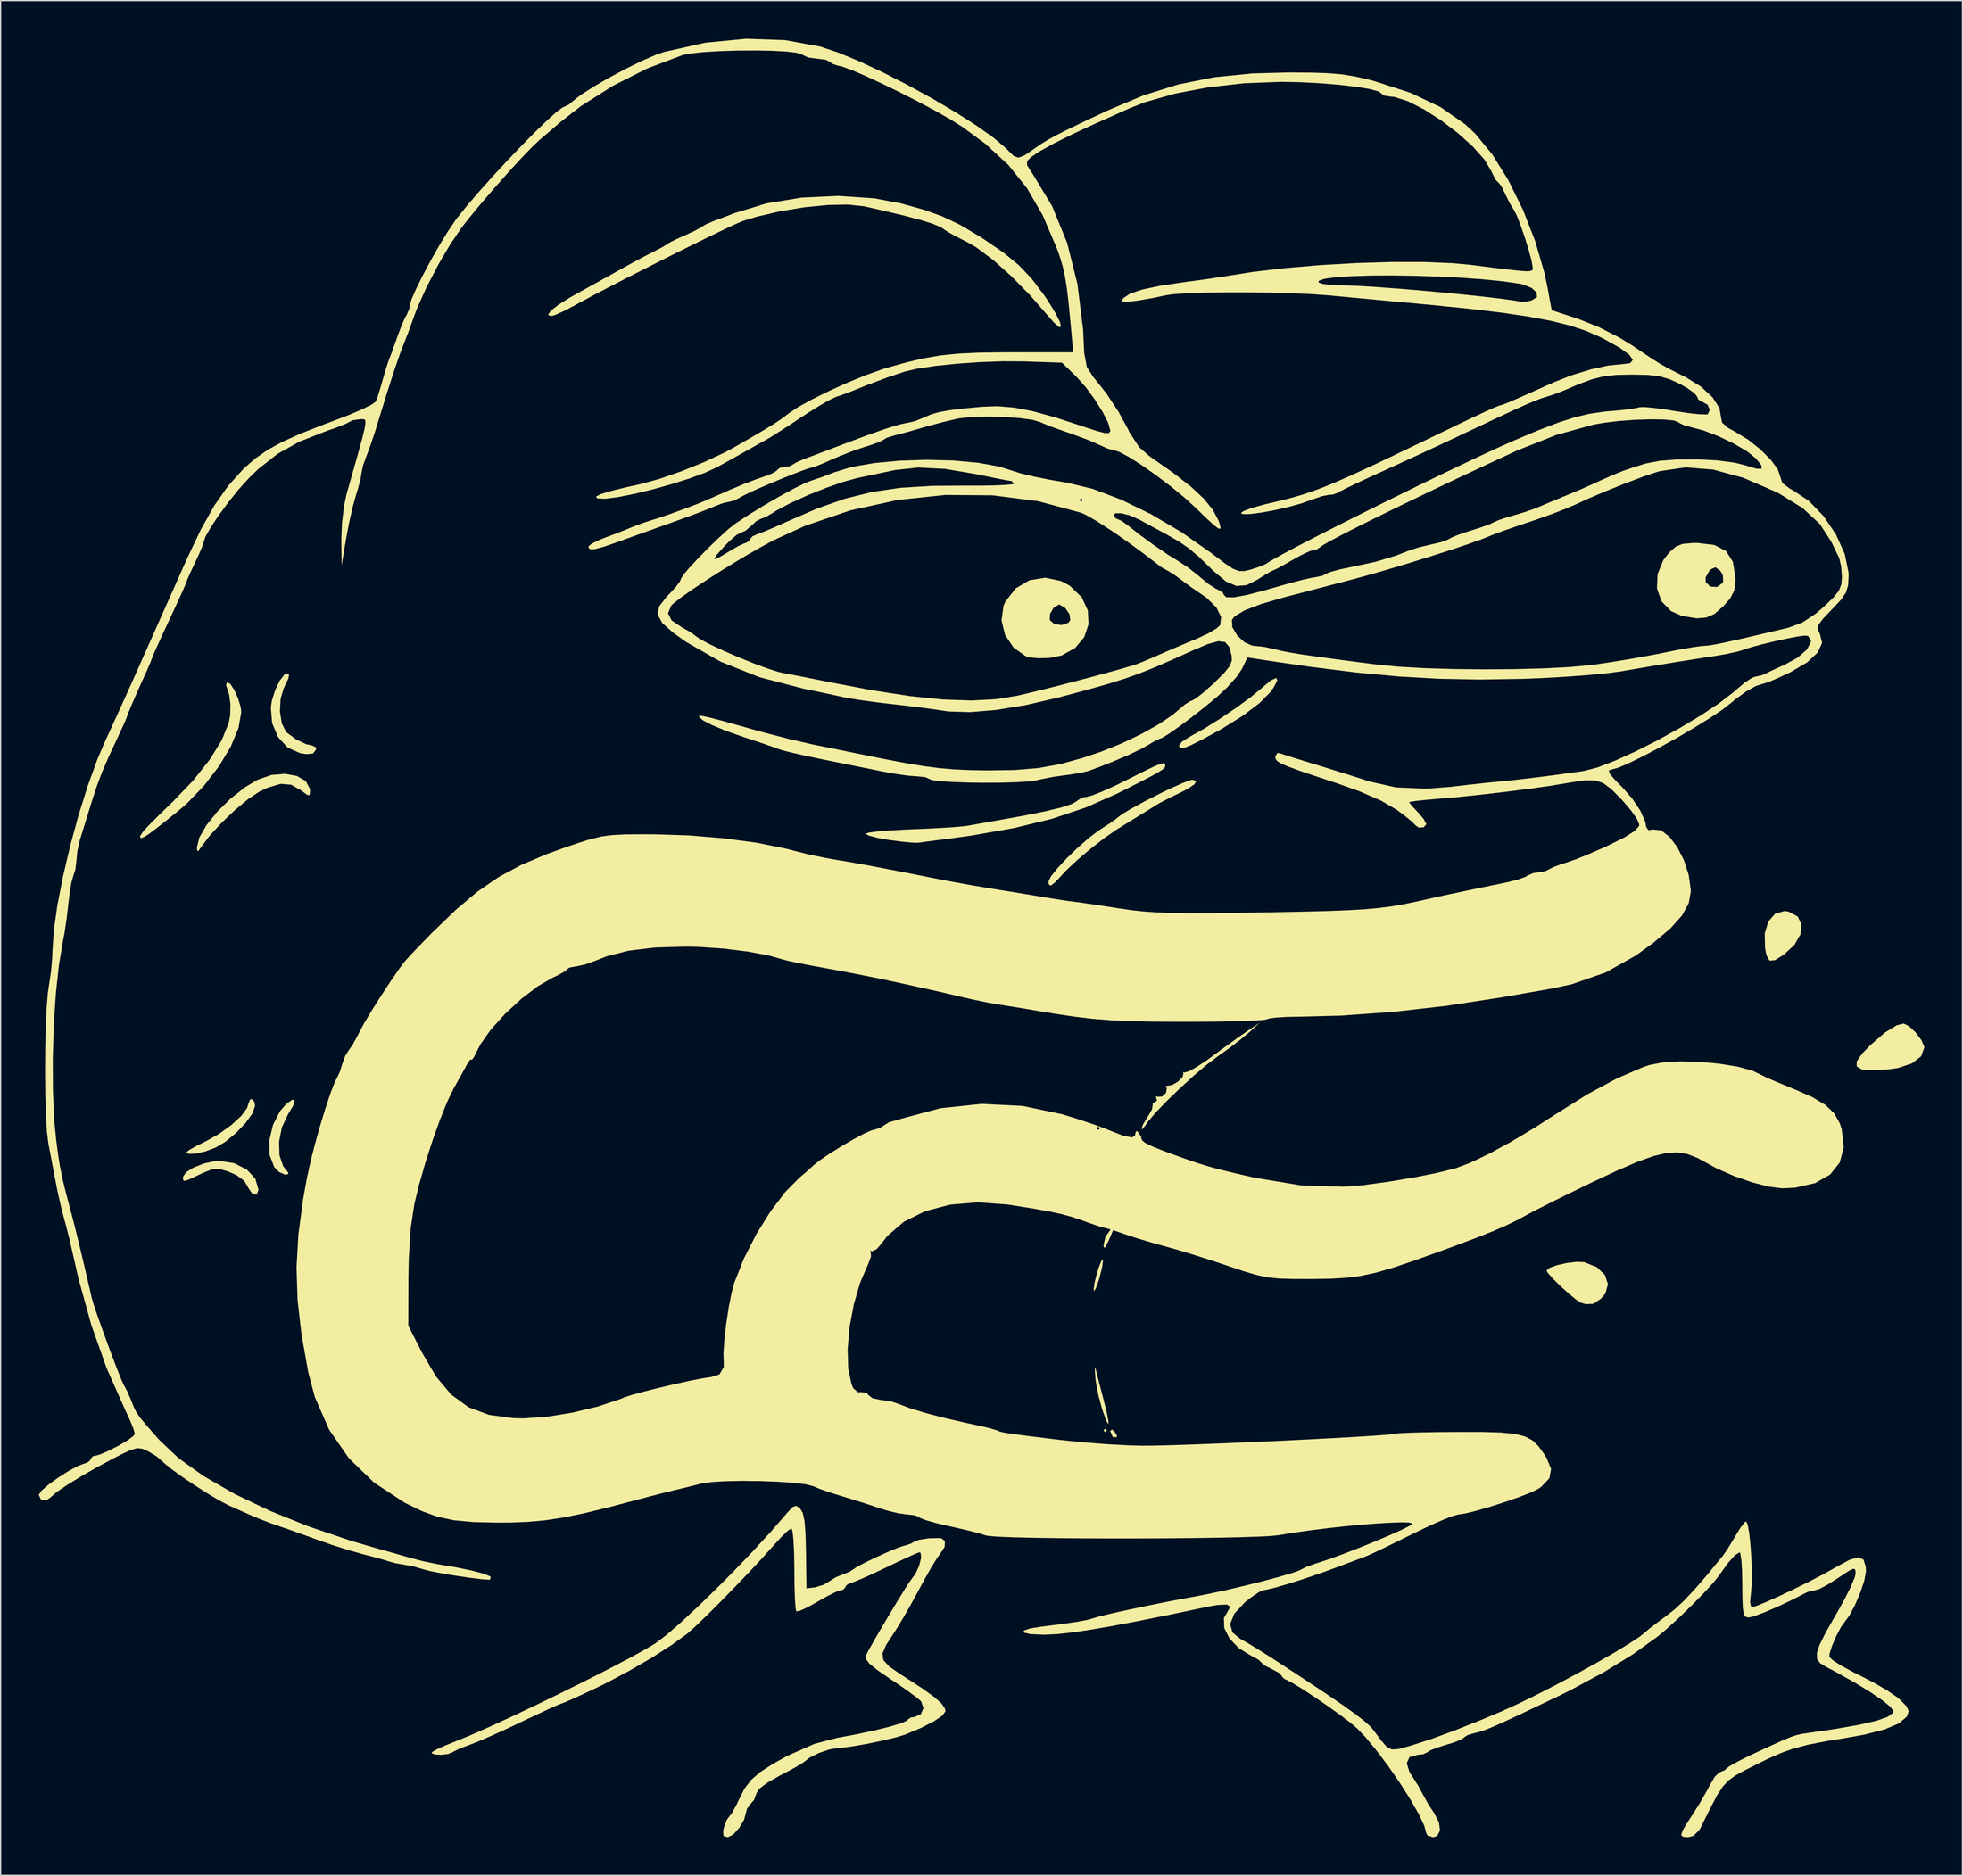
<source format=kicad_pcb>
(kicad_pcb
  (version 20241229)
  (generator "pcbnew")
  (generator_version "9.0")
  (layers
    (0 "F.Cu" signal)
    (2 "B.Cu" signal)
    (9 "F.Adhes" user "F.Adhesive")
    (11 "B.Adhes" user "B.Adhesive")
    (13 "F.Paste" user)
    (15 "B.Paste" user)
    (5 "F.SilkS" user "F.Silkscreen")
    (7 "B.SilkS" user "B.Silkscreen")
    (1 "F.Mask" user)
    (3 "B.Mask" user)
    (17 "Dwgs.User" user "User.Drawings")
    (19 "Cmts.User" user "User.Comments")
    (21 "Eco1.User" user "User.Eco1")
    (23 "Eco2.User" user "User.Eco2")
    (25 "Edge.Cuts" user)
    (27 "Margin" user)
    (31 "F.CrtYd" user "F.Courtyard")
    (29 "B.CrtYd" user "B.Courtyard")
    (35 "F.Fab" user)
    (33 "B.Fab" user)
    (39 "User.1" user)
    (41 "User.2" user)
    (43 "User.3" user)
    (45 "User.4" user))
  (footprint "reee"
    (layer "F.Cu")
    (at 74.033 72.097)
    (property "Reference" "reee" (at 0 0 0) (layer "F.SilkS") (effects (font (size 1.524 1.524) (thickness 0.3))))
    (attr board_only exclude_from_pos_files exclude_from_bom)
    (fp_poly (pts (xy 9.998 37.424) (xy 9.863 37.56) (xy 9.728 37.424) (xy 9.863 37.289)) (stroke (width 0) (type solid)) (fill yes) (layer "F.SilkS"))
    (fp_poly (pts (xy 10.588 37.501) (xy 10.794 37.845) (xy 10.768 37.96) (xy 10.486 37.952) (xy 10.448 37.92) (xy 10.27 37.504) (xy 10.268 37.46) (xy 10.405 37.36)) (stroke (width 0) (type solid)) (fill yes) (layer "F.SilkS"))
    (fp_poly (pts (xy 9.695 24.049) (xy 9.632 24.539) (xy 9.445 25.306) (xy 9.336 25.67) (xy 9.121 26.261) (xy 8.983 26.459) (xy 8.956 26.346) (xy 9.017 25.865) (xy 9.165 25.241) (xy 9.353 24.618) (xy 9.535 24.142) (xy 9.663 23.959)) (stroke (width 0) (type solid)) (fill yes) (layer "F.SilkS"))
    (fp_poly (pts (xy 63.624 -3.405) (xy 64.343 -3.018) (xy 64.652 -2.388) (xy 64.562 -1.61) (xy 64.083 -0.781) (xy 63.26 -0.021) (xy 62.552 0.42) (xy 62.133 0.455) (xy 61.895 0.05) (xy 61.778 -0.522) (xy 61.751 -1.688) (xy 62.034 -2.623) (xy 62.57 -3.24) (xy 63.303 -3.45)) (stroke (width 0) (type solid)) (fill yes) (layer "F.SilkS"))
    (fp_poly (pts (xy 9.107 32.561) (xy 9.237 33.086) (xy 9.459 33.949) (xy 9.726 34.964) (xy 9.732 34.988) (xy 9.997 36.06) (xy 10.121 36.719) (xy 10.108 36.936) (xy 9.962 36.687) (xy 9.686 35.943) (xy 9.623 35.753) (xy 9.333 34.682) (xy 9.125 33.566) (xy 9.087 33.236) (xy 9.049 32.638) (xy 9.069 32.448)) (stroke (width 0) (type solid)) (fill yes) (layer "F.SilkS"))
    (fp_poly (pts (xy -53.906 11.462) (xy -54.028 11.883) (xy -54.435 12.571) (xy -54.903 13.566) (xy -55.128 14.696) (xy -55.097 15.78) (xy -54.802 16.633) (xy -54.676 16.799) (xy -54.384 17.166) (xy -54.472 17.285) (xy -54.661 17.294) (xy -55.128 17.089) (xy -55.513 16.693) (xy -55.872 15.756) (xy -55.892 14.597) (xy -55.608 13.387) (xy -55.051 12.296) (xy -54.562 11.735) (xy -54.087 11.395)) (stroke (width 0) (type solid)) (fill yes) (layer "F.SilkS"))
    (fp_poly (pts (xy 47.556 24.184) (xy 48.542 24.579) (xy 49.178 25.192) (xy 49.417 25.92) (xy 49.212 26.66) (xy 48.867 27.057) (xy 48.258 27.465) (xy 47.666 27.488) (xy 47.287 27.373) (xy 46.901 27.126) (xy 46.313 26.642) (xy 45.658 26.046) (xy 45.067 25.461) (xy 44.673 25.011) (xy 44.585 24.846) (xy 44.825 24.631) (xy 45.423 24.418) (xy 46.2 24.246) (xy 46.976 24.156)) (stroke (width 0) (type solid)) (fill yes) (layer "F.SilkS"))
    (fp_poly (pts (xy 73.108 5.612) (xy 73.628 6.11) (xy 74.08 6.712) (xy 74.304 7.232) (xy 74.309 7.288) (xy 74.055 7.984) (xy 73.342 8.538) (xy 72.244 8.905) (xy 71.471 9.015) (xy 70.517 9.067) (xy 69.732 9.06) (xy 69.377 9.015) (xy 68.984 8.777) (xy 68.994 8.375) (xy 69.426 7.759) (xy 70.053 7.113) (xy 71.201 6.117) (xy 72.13 5.544) (xy 72.682 5.404)) (stroke (width 0) (type solid)) (fill yes) (layer "F.SilkS"))
    (fp_poly (pts (xy -57.065 11.575) (xy -57.015 11.889) (xy -57.223 12.481) (xy -57.765 13.236) (xy -58.522 14.026) (xy -59.372 14.723) (xy -60.122 15.168) (xy -60.932 15.47) (xy -61.687 15.644) (xy -62.234 15.666) (xy -62.419 15.534) (xy -62.195 15.356) (xy -61.611 15.029) (xy -60.89 14.671) (xy -59.836 14.082) (xy -58.869 13.382) (xy -58.099 12.67) (xy -57.638 12.041) (xy -57.555 11.745) (xy -57.407 11.391) (xy -57.285 11.349)) (stroke (width 0) (type solid)) (fill yes) (layer "F.SilkS"))
    (fp_poly (pts (xy 23.402 -21.588) (xy 23.102 -21.02) (xy 22.856 -20.678) (xy 22.01 -19.816) (xy 20.718 -18.839) (xy 19.05 -17.793) (xy 17.571 -16.982) (xy 16.615 -16.502) (xy 16.039 -16.27) (xy 15.754 -16.261) (xy 15.673 -16.453) (xy 15.672 -16.476) (xy 15.89 -16.76) (xy 16.427 -17.12) (xy 16.551 -17.185) (xy 17.64 -17.795) (xy 18.91 -18.591) (xy 20.198 -19.464) (xy 21.343 -20.303) (xy 22.184 -21) (xy 22.22 -21.034) (xy 22.923 -21.617) (xy 23.33 -21.794)) (stroke (width 0) (type solid)) (fill yes) (layer "F.SilkS"))
    (fp_poly (pts (xy -58.652 16.397) (xy -57.67 16.894) (xy -56.996 17.619) (xy -56.745 18.489) (xy -56.745 18.492) (xy -56.889 18.865) (xy -57.198 18.839) (xy -57.481 18.442) (xy -57.861 17.789) (xy -58.51 17.317) (xy -59.197 17.028) (xy -59.847 16.846) (xy -60.405 16.881) (xy -61.122 17.16) (xy -61.332 17.26) (xy -62.106 17.63) (xy -62.51 17.788) (xy -62.665 17.753) (xy -62.69 17.545) (xy -62.689 17.479) (xy -62.449 17.109) (xy -61.838 16.73) (xy -61.02 16.413) (xy -60.156 16.231) (xy -59.83 16.213)) (stroke (width 0) (type solid)) (fill yes) (layer "F.SilkS"))
    (fp_poly (pts (xy -54.339 -22.078) (xy -54.392 -21.768) (xy -54.698 -21.117) (xy -54.748 -21.018) (xy -55.01 -20.156) (xy -55.06 -19.149) (xy -54.912 -18.209) (xy -54.578 -17.549) (xy -54.54 -17.512) (xy -53.782 -16.952) (xy -52.99 -16.574) (xy -52.538 -16.483) (xy -52.22 -16.327) (xy -52.213 -16.162) (xy -52.453 -15.853) (xy -52.969 -15.797) (xy -53.458 -15.868) (xy -54.445 -16.307) (xy -55.206 -17.137) (xy -55.673 -18.233) (xy -55.777 -19.467) (xy -55.697 -19.998) (xy -55.426 -20.854) (xy -55.066 -21.597) (xy -54.702 -22.07) (xy -54.518 -22.157)) (stroke (width 0) (type solid)) (fill yes) (layer "F.SilkS"))
    (fp_poly (pts (xy -53.723 -14.081) (xy -53.029 -13.68) (xy -52.702 -13.069) (xy -52.691 -12.918) (xy -52.719 -12.582) (xy -52.889 -12.573) (xy -53.334 -12.896) (xy -53.403 -12.951) (xy -54.179 -13.389) (xy -55.011 -13.459) (xy -56.027 -13.156) (xy -56.713 -12.826) (xy -57.565 -12.26) (xy -58.593 -11.403) (xy -59.647 -10.398) (xy -60.58 -9.386) (xy -61.244 -8.509) (xy -61.255 -8.49) (xy -61.499 -8.149) (xy -61.583 -8.267) (xy -61.593 -8.436) (xy -61.399 -9.239) (xy -60.833 -10.217) (xy -59.984 -11.271) (xy -58.944 -12.297) (xy -57.802 -13.195) (xy -56.823 -13.78) (xy -55.738 -14.156) (xy -54.665 -14.247)) (stroke (width 0) (type solid)) (fill yes) (layer "F.SilkS"))
    (fp_poly (pts (xy -58.976 -21.336) (xy -58.662 -20.864) (xy -58.361 -20.203) (xy -58.15 -19.519) (xy -58.1 -19.108) (xy -58.321 -17.851) (xy -58.925 -16.399) (xy -59.845 -14.858) (xy -61.015 -13.333) (xy -62.365 -11.928) (xy -63.094 -11.299) (xy -64.205 -10.408) (xy -64.975 -9.806) (xy -65.478 -9.439) (xy -65.79 -9.251) (xy -65.987 -9.189) (xy -66.029 -9.187) (xy -66.061 -9.356) (xy -65.781 -9.764) (xy -65.771 -9.776) (xy -65.347 -10.225) (xy -64.652 -10.923) (xy -63.809 -11.747) (xy -63.443 -12.099) (xy -61.859 -13.753) (xy -60.573 -15.379) (xy -59.633 -16.906) (xy -59.085 -18.263) (xy -58.973 -18.862) (xy -58.957 -19.765) (xy -59.063 -20.522) (xy -59.147 -20.751) (xy -59.297 -21.234) (xy -59.222 -21.454)) (stroke (width 0) (type solid)) (fill yes) (layer "F.SilkS"))
    (fp_poly (pts (xy 6.394 -29.42) (xy 7.075 -29.054) (xy 8.015 -28.15) (xy 8.5 -27.106) (xy 8.557 -26.023) (xy 8.215 -25.004) (xy 7.502 -24.151) (xy 6.445 -23.564) (xy 5.517 -23.368) (xy 4.619 -23.34) (xy 3.872 -23.414) (xy 3.648 -23.481) (xy 2.653 -24.181) (xy 1.989 -25.175) (xy 1.709 -26.321) (xy 1.713 -26.349) (xy 5.501 -26.349) (xy 5.864 -26.03) (xy 6.439 -25.956) (xy 6.955 -26.129) (xy 7.12 -26.338) (xy 7.061 -26.806) (xy 6.72 -27.297) (xy 6.281 -27.558) (xy 6.229 -27.562) (xy 5.823 -27.337) (xy 5.528 -26.842) (xy 5.501 -26.349) (xy 1.713 -26.349) (xy 1.868 -27.473) (xy 2.011 -27.802) (xy 2.824 -28.843) (xy 3.905 -29.48) (xy 5.135 -29.682)) (stroke (width 0) (type solid)) (fill yes) (layer "F.SilkS"))
    (fp_poly (pts (xy 57.793 -32.26) (xy 58.709 -31.779) (xy 59.246 -30.936) (xy 59.444 -29.69) (xy 59.447 -29.48) (xy 59.361 -28.689) (xy 59.03 -28.038) (xy 58.492 -27.436) (xy 57.791 -26.825) (xy 57.151 -26.546) (xy 56.398 -26.485) (xy 55.24 -26.669) (xy 54.389 -27.047) (xy 53.629 -27.823) (xy 53.272 -28.838) (xy 53.309 -29.693) (xy 57.098 -29.693) (xy 57.105 -29.339) (xy 57.474 -28.98) (xy 58.003 -28.956) (xy 58.429 -29.259) (xy 58.482 -29.366) (xy 58.449 -29.917) (xy 58.241 -30.235) (xy 57.876 -30.505) (xy 57.547 -30.363) (xy 57.383 -30.208) (xy 57.098 -29.693) (xy 53.309 -29.693) (xy 53.32 -29.965) (xy 53.779 -31.078) (xy 54.247 -31.682) (xy 54.75 -32.126) (xy 55.301 -32.347) (xy 56.109 -32.416) (xy 56.457 -32.417)) (stroke (width 0) (type solid)) (fill yes) (layer "F.SilkS"))
    (fp_poly (pts (xy 17.035 -13.683) (xy 16.884 -13.423) (xy 16.33 -13.048) (xy 15.74 -12.75) (xy 14.888 -12.339) (xy 14.17 -11.963) (xy 13.926 -11.821) (xy 13.371 -11.473) (xy 12.605 -10.999) (xy 12.305 -10.814) (xy 11.551 -10.35) (xy 10.934 -9.968) (xy 10.773 -9.868) (xy 9.83 -9.216) (xy 8.743 -8.371) (xy 7.684 -7.477) (xy 6.826 -6.676) (xy 6.552 -6.385) (xy 5.934 -5.717) (xy 5.58 -5.446) (xy 5.426 -5.538) (xy 5.404 -5.768) (xy 5.597 -6.173) (xy 6.109 -6.817) (xy 6.84 -7.601) (xy 7.689 -8.424) (xy 8.556 -9.183) (xy 9.34 -9.779) (xy 9.501 -9.885) (xy 10.197 -10.335) (xy 10.684 -10.676) (xy 10.809 -10.781) (xy 11.195 -11.076) (xy 11.939 -11.521) (xy 12.914 -12.052) (xy 13.992 -12.605) (xy 15.046 -13.116) (xy 15.948 -13.519) (xy 16.571 -13.75) (xy 16.735 -13.781)) (stroke (width 0) (type solid)) (fill yes) (layer "F.SilkS"))
    (fp_poly (pts (xy 21.172 6.117) (xy 20.494 6.681) (xy 19.577 7.377) (xy 18.741 7.971) (xy 17.874 8.627) (xy 16.841 9.502) (xy 15.751 10.494) (xy 14.71 11.5) (xy 13.828 12.418) (xy 13.212 13.144) (xy 13.054 13.376) (xy 12.805 13.704) (xy 12.716 13.687) (xy 12.848 13.33) (xy 13.193 12.768) (xy 13.232 12.711) (xy 13.545 12.164) (xy 13.607 11.813) (xy 13.593 11.791) (xy 13.631 11.634) (xy 13.752 11.619) (xy 13.941 11.451) (xy 13.89 11.307) (xy 13.858 11.12) (xy 13.979 11.169) (xy 14.333 11.153) (xy 14.643 10.861) (xy 14.712 10.508) (xy 14.657 10.423) (xy 14.642 10.293) (xy 14.727 10.311) (xy 15.123 10.25) (xy 15.594 9.971) (xy 15.954 9.617) (xy 16.017 9.332) (xy 16.008 9.322) (xy 15.986 9.213) (xy 16.087 9.259) (xy 16.415 9.179) (xy 17.052 8.831) (xy 17.884 8.28) (xy 18.248 8.014) (xy 19.247 7.278) (xy 20.207 6.586) (xy 20.952 6.062) (xy 21.077 5.978) (xy 22.022 5.344)) (stroke (width 0) (type solid)) (fill yes) (layer "F.SilkS"))
    (fp_poly (pts (xy 14.577 -15.009) (xy 14.591 -14.881) (xy 14.552 -14.753) (xy 14.386 -14.593) (xy 14.025 -14.36) (xy 13.399 -14.015) (xy 12.439 -13.518) (xy 11.075 -12.829) (xy 10.809 -12.695) (xy 8.368 -11.612) (xy 5.702 -10.715) (xy 2.719 -9.982) (xy -0.668 -9.386) (xy -2.162 -9.181) (xy -3.26 -9.039) (xy -4.18 -8.918) (xy -4.768 -8.839) (xy -4.864 -8.825) (xy -5.323 -8.833) (xy -6.14 -8.911) (xy -7.14 -9.043) (xy -7.161 -9.046) (xy -8.078 -9.212) (xy -8.729 -9.385) (xy -8.986 -9.53) (xy -8.985 -9.542) (xy -8.706 -9.63) (xy -7.988 -9.72) (xy -6.935 -9.803) (xy -5.647 -9.87) (xy -5.359 -9.881) (xy -3.948 -9.94) (xy -2.663 -10.011) (xy -1.638 -10.085) (xy -1.006 -10.155) (xy -0.968 -10.161) (xy -0.189 -10.303) (xy 0.802 -10.478) (xy 1.216 -10.55) (xy 3.46 -10.955) (xy 5.198 -11.308) (xy 6.459 -11.616) (xy 7.276 -11.887) (xy 7.677 -12.129) (xy 7.706 -12.167) (xy 8.082 -12.386) (xy 8.401 -12.43) (xy 8.851 -12.548) (xy 9.655 -12.868) (xy 10.691 -13.337) (xy 11.593 -13.781) (xy 12.839 -14.409) (xy 13.682 -14.818) (xy 14.201 -15.035) (xy 14.473 -15.089)) (stroke (width 0) (type solid)) (fill yes) (layer "F.SilkS"))
    (fp_poly (pts (xy -8.291 -59.537) (xy -6.212 -59.144) (xy -4.398 -58.64) (xy -2.908 -58.102) (xy -1.527 -57.439) (xy -0.041 -56.557) (xy 0.29 -56.345) (xy 1.855 -55.273) (xy 3.07 -54.276) (xy 4.083 -53.215) (xy 5.038 -51.951) (xy 5.312 -51.547) (xy 5.928 -50.554) (xy 6.291 -49.838) (xy 6.397 -49.44) (xy 6.245 -49.401) (xy 5.83 -49.762) (xy 5.394 -50.262) (xy 3.949 -51.918) (xy 2.463 -53.428) (xy 1.029 -54.706) (xy -0.261 -55.668) (xy -0.947 -56.069) (xy -1.788 -56.5) (xy -2.42 -56.843) (xy -2.702 -57.02) (xy -3.053 -57.264) (xy -3.686 -57.53) (xy -4.654 -57.834) (xy -6.012 -58.192) (xy -7.815 -58.62) (xy -9.104 -58.911) (xy -10.349 -59.047) (xy -11.959 -59.017) (xy -13.788 -58.836) (xy -15.694 -58.523) (xy -17.531 -58.095) (xy -18.645 -57.755) (xy -19.153 -57.541) (xy -20.057 -57.119) (xy -21.273 -56.531) (xy -22.719 -55.82) (xy -24.311 -55.027) (xy -25.965 -54.193) (xy -27.599 -53.362) (xy -29.128 -52.574) (xy -30.47 -51.871) (xy -31.541 -51.296) (xy -31.885 -51.105) (xy -32.722 -50.665) (xy -33.406 -50.36) (xy -33.742 -50.264) (xy -33.967 -50.373) (xy -33.757 -50.684) (xy -33.159 -51.155) (xy -32.221 -51.745) (xy -31.776 -51.997) (xy -30.631 -52.63) (xy -29.332 -53.352) (xy -28.372 -53.888) (xy -27.352 -54.451) (xy -26.377 -54.973) (xy -25.67 -55.336) (xy -25.03 -55.667) (xy -24.629 -55.909) (xy -24.589 -55.942) (xy -24.281 -56.124) (xy -23.648 -56.428) (xy -23.238 -56.61) (xy -22.504 -56.946) (xy -22 -57.211) (xy -21.887 -57.293) (xy -21.566 -57.483) (xy -20.947 -57.748) (xy -20.806 -57.801) (xy -20.017 -58.097) (xy -19.363 -58.349) (xy -19.32 -58.366) (xy -16.812 -59.136) (xy -14.024 -59.595) (xy -11.127 -59.732)) (stroke (width 0) (type solid)) (fill yes) (layer "F.SilkS"))
    (fp_poly (pts (xy -14.126 43.583) (xy -13.927 43.926) (xy -13.793 44.539) (xy -13.713 45.514) (xy -13.675 46.926) (xy -13.638 49.854) (xy -12.98 49.78) (xy -12.283 49.572) (xy -11.904 49.34) (xy -11.312 48.972) (xy -10.809 48.769) (xy -10.25 48.553) (xy -9.998 48.388) (xy -9.675 48.168) (xy -9.006 47.816) (xy -8.144 47.401) (xy -7.243 46.994) (xy -6.456 46.667) (xy -5.938 46.49) (xy -5.851 46.477) (xy -5.35 46.304) (xy -5.256 46.229) (xy -4.803 46.04) (xy -4.039 45.918) (xy -3.189 45.898) (xy -3.04 45.908) (xy -2.743 46.13) (xy -2.766 46.593) (xy -3.088 47.094) (xy -3.375 47.49) (xy -3.835 48.242) (xy -4.393 49.226) (xy -4.747 49.883) (xy -5.384 51.053) (xy -6.022 52.171) (xy -6.56 53.065) (xy -6.757 53.367) (xy -7.37 54.311) (xy -7.657 54.979) (xy -7.588 55.5) (xy -7.129 56.002) (xy -6.248 56.614) (xy -5.885 56.845) (xy -4.534 57.725) (xy -3.6 58.395) (xy -3.024 58.905) (xy -2.748 59.304) (xy -2.702 59.528) (xy -2.945 59.868) (xy -3.612 60.321) (xy -4.616 60.835) (xy -5.867 61.36) (xy -5.887 61.368) (xy -6.63 61.593) (xy -7.69 61.847) (xy -8.878 62.092) (xy -10.007 62.29) (xy -10.889 62.405) (xy -11.16 62.419) (xy -11.856 62.537) (xy -12.688 62.826) (xy -13.419 63.192) (xy -13.781 63.483) (xy -14.072 63.684) (xy -14.716 64.053) (xy -15.585 64.515) (xy -15.739 64.594) (xy -16.742 65.165) (xy -17.372 65.651) (xy -17.563 65.966) (xy -17.757 66.502) (xy -17.969 66.743) (xy -18.312 67.191) (xy -18.374 67.429) (xy -18.535 68.042) (xy -18.926 68.71) (xy -19.407 69.241) (xy -19.822 69.443) (xy -20.163 69.351) (xy -20.197 68.972) (xy -20.139 68.704) (xy -19.925 68.112) (xy -19.715 67.817) (xy -19.473 67.5) (xy -19.128 66.861) (xy -18.939 66.456) (xy -18.512 65.62) (xy -17.997 64.94) (xy -17.287 64.322) (xy -16.274 63.668) (xy -15.132 63.032) (xy -13.004 62.091) (xy -11.214 61.621) (xy -9.736 61.348) (xy -8.356 61.053) (xy -7.171 60.762) (xy -6.273 60.498) (xy -5.759 60.286) (xy -5.674 60.198) (xy -5.449 60.023) (xy -5.163 59.987) (xy -4.65 59.773) (xy -4.435 59.283) (xy -4.612 58.75) (xy -4.96 58.449) (xy -5.644 57.943) (xy -6.544 57.319) (xy -7.028 56.997) (xy -8.059 56.29) (xy -8.682 55.783) (xy -8.96 55.415) (xy -8.964 55.14) (xy -8.766 54.754) (xy -8.362 54.037) (xy -7.82 53.105) (xy -7.207 52.07) (xy -6.592 51.046) (xy -6.042 50.147) (xy -5.625 49.487) (xy -5.41 49.18) (xy -5.408 49.179) (xy -5.047 48.682) (xy -4.766 48.05) (xy -4.616 47.457) (xy -4.65 47.075) (xy -4.755 47.017) (xy -5.051 47.128) (xy -5.722 47.428) (xy -6.657 47.867) (xy -7.417 48.233) (xy -8.492 48.742) (xy -9.401 49.146) (xy -10.025 49.395) (xy -10.227 49.449) (xy -10.522 49.632) (xy -10.538 49.719) (xy -10.753 49.968) (xy -10.892 49.989) (xy -11.293 50.121) (xy -11.993 50.466) (xy -12.768 50.906) (xy -13.562 51.351) (xy -14.165 51.625) (xy -14.441 51.671) (xy -14.5 51.357) (xy -14.548 50.615) (xy -14.58 49.555) (xy -14.591 48.323) (xy -14.61 47.081) (xy -14.659 46.064) (xy -14.732 45.377) (xy -14.821 45.126) (xy -15.097 45.316) (xy -15.615 45.818) (xy -16.272 46.53) (xy -16.374 46.647) (xy -17.189 47.553) (xy -18.198 48.634) (xy -19.311 49.796) (xy -20.436 50.945) (xy -21.479 51.986) (xy -22.351 52.827) (xy -22.958 53.373) (xy -23.001 53.408) (xy -24.256 54.323) (xy -25.86 55.348) (xy -27.659 56.391) (xy -29.5 57.361) (xy -30.071 57.641) (xy -31.16 58.155) (xy -32.061 58.569) (xy -32.669 58.834) (xy -32.873 58.906) (xy -33.163 59.017) (xy -33.84 59.319) (xy -34.805 59.767) (xy -35.959 60.316) (xy -36.038 60.354) (xy -37.314 60.956) (xy -38.521 61.502) (xy -39.516 61.929) (xy -40.127 62.166) (xy -40.864 62.443) (xy -41.382 62.689) (xy -41.464 62.745) (xy -41.831 62.89) (xy -42.355 62.954) (xy -42.847 62.935) (xy -43.118 62.838) (xy -43.085 62.731) (xy -42.712 62.521) (xy -41.995 62.199) (xy -41.207 61.882) (xy -40.049 61.407) (xy -38.559 60.747) (xy -36.827 59.949) (xy -34.945 59.056) (xy -33.002 58.112) (xy -31.089 57.163) (xy -29.298 56.253) (xy -27.717 55.426) (xy -26.439 54.727) (xy -25.554 54.2) (xy -25.487 54.156) (xy -24.651 53.521) (xy -23.535 52.554) (xy -22.218 51.332) (xy -20.775 49.932) (xy -19.283 48.429) (xy -17.819 46.9) (xy -16.46 45.42) (xy -15.283 44.065) (xy -15.173 43.934) (xy -14.729 43.454) (xy -14.431 43.358)) (stroke (width 0) (type solid)) (fill yes) (layer "F.SilkS"))
    (fp_poly (pts (xy -15.315 -71.99) (xy -12.565 -71.484) (xy -11.176 -71.024) (xy -9.508 -70.335) (xy -7.657 -69.469) (xy -5.715 -68.478) (xy -3.776 -67.415) (xy -1.935 -66.331) (xy -0.285 -65.279) (xy 1.079 -64.31) (xy 2.065 -63.476) (xy 2.271 -63.262) (xy 2.684 -62.858) (xy 3.049 -62.739) (xy 3.521 -62.921) (xy 4.255 -63.42) (xy 4.316 -63.463) (xy 4.792 -63.795) (xy 5.307 -64.115) (xy 5.945 -64.468) (xy 6.79 -64.898) (xy 7.928 -65.449) (xy 9.444 -66.165) (xy 10.071 -66.459) (xy 12.878 -67.642) (xy 15.611 -68.5) (xy 18.418 -69.065) (xy 21.449 -69.369) (xy 24.295 -69.444) (xy 26.031 -69.432) (xy 27.372 -69.388) (xy 28.46 -69.297) (xy 29.441 -69.145) (xy 30.457 -68.916) (xy 31.049 -68.762) (xy 33.885 -67.841) (xy 36.253 -66.714) (xy 38.191 -65.361) (xy 38.981 -64.625) (xy 40.309 -63.005) (xy 41.576 -60.971) (xy 42.724 -58.651) (xy 43.693 -56.17) (xy 44.424 -53.657) (xy 44.668 -52.498) (xy 44.99 -50.735) (xy 47.152 -50.024) (xy 48.7 -49.405) (xy 50.321 -48.577) (xy 51.32 -47.963) (xy 52.333 -47.281) (xy 53.039 -46.815) (xy 53.582 -46.478) (xy 54.106 -46.186) (xy 54.753 -45.853) (xy 55.529 -45.464) (xy 56.729 -44.724) (xy 57.643 -43.882) (xy 58.191 -43.028) (xy 58.307 -42.311) (xy 58.399 -41.886) (xy 58.863 -41.475) (xy 59.429 -41.162) (xy 60.434 -40.553) (xy 61.398 -39.789) (xy 62.213 -38.978) (xy 62.769 -38.226) (xy 62.96 -37.673) (xy 63.136 -37.138) (xy 63.729 -36.686) (xy 63.947 -36.576) (xy 65.22 -35.73) (xy 66.389 -34.517) (xy 67.361 -33.077) (xy 68.044 -31.551) (xy 68.346 -30.083) (xy 68.352 -29.821) (xy 68.311 -29.079) (xy 68.143 -28.517) (xy 67.759 -27.956) (xy 67.069 -27.218) (xy 67.027 -27.176) (xy 66.342 -26.459) (xy 65.99 -25.993) (xy 65.911 -25.66) (xy 66.045 -25.338) (xy 66.085 -25.276) (xy 66.264 -24.566) (xy 65.93 -23.809) (xy 65.105 -23.032) (xy 63.813 -22.264) (xy 63.682 -22.2) (xy 62.781 -21.782) (xy 62.063 -21.477) (xy 61.671 -21.348) (xy 61.656 -21.347) (xy 61.09 -21.177) (xy 60.295 -20.733) (xy 59.435 -20.111) (xy 59.097 -19.824) (xy 58.41 -19.291) (xy 57.408 -18.619) (xy 56.188 -17.864) (xy 54.846 -17.079) (xy 53.479 -16.318) (xy 52.184 -15.635) (xy 51.059 -15.083) (xy 50.198 -14.718) (xy 49.712 -14.591) (xy 49.478 -14.508) (xy 49.581 -14.223) (xy 50.055 -13.681) (xy 50.491 -13.247) (xy 51.317 -12.316) (xy 51.97 -11.338) (xy 52.356 -10.466) (xy 52.421 -10.073) (xy 52.596 -9.815) (xy 52.976 -9.867) (xy 53.592 -9.802) (xy 54.242 -9.308) (xy 54.864 -8.489) (xy 55.394 -7.448) (xy 55.771 -6.288) (xy 55.932 -5.112) (xy 55.934 -4.982) (xy 55.769 -4.054) (xy 55.246 -3.102) (xy 54.328 -2.078) (xy 52.976 -0.938) (xy 51.611 0.05) (xy 49.238 1.385) (xy 46.563 2.315) (xy 44.99 2.654) (xy 43.915 2.842) (xy 42.575 3.077) (xy 41.237 3.312) (xy 41.072 3.341) (xy 36.735 4.009) (xy 32.454 4.495) (xy 28.384 4.782) (xy 25.348 4.86) (xy 24.216 4.881) (xy 23.302 4.935) (xy 22.73 5.013) (xy 22.604 5.066) (xy 22.309 5.124) (xy 21.551 5.175) (xy 20.406 5.217) (xy 18.952 5.248) (xy 17.264 5.265) (xy 16.17 5.268) (xy 13.894 5.259) (xy 12.021 5.225) (xy 10.416 5.155) (xy 8.941 5.039) (xy 7.459 4.866) (xy 5.835 4.624) (xy 3.931 4.305) (xy 3.918 4.302) (xy 2.856 4.124) (xy 1.801 3.956) (xy 1.486 3.909) (xy 0.628 3.758) (xy -0.477 3.53) (xy -1.333 3.336) (xy -2.295 3.108) (xy -3.084 2.923) (xy -3.495 2.829) (xy -3.932 2.733) (xy -4.757 2.551) (xy -5.83 2.313) (xy -6.485 2.168) (xy -7.92 1.864) (xy -9.614 1.524) (xy -11.293 1.202) (xy -12.024 1.069) (xy -13.258 0.842) (xy -14.314 0.636) (xy -15.066 0.477) (xy -15.369 0.399) (xy -16.631 0.041) (xy -18.275 -0.263) (xy -20.143 -0.492) (xy -22.078 -0.624) (xy -23.103 -0.648) (xy -25.579 -0.577) (xy -27.634 -0.327) (xy -29.362 0.116) (xy -30.235 0.46) (xy -31.033 0.751) (xy -31.741 0.906) (xy -31.788 0.909) (xy -32.278 0.996) (xy -32.425 1.107) (xy -32.649 1.303) (xy -33.216 1.614) (xy -33.574 1.781) (xy -34.774 2.471) (xy -36.078 3.468) (xy -37.353 4.646) (xy -38.466 5.878) (xy -39.283 7.036) (xy -39.488 7.431) (xy -39.78 8.017) (xy -39.96 8.272) (xy -39.987 8.241) (xy -40.097 8.247) (xy -40.35 8.634) (xy -40.357 8.647) (xy -40.707 9.288) (xy -41.18 10.138) (xy -41.405 10.538) (xy -41.899 11.56) (xy -42.465 12.967) (xy -43.055 14.616) (xy -43.62 16.367) (xy -44.112 18.077) (xy -44.481 19.59) (xy -44.767 21.481) (xy -44.923 23.841) (xy -44.952 25.467) (xy -44.962 29.181) (xy -43.896 31.276) (xy -42.776 33.191) (xy -41.576 34.616) (xy -40.219 35.602) (xy -38.627 36.199) (xy -36.723 36.458) (xy -35.891 36.479) (xy -34.094 36.358) (xy -32.063 36.03) (xy -30.04 35.544) (xy -28.264 34.951) (xy -27.967 34.827) (xy -27.413 34.642) (xy -26.491 34.387) (xy -25.341 34.097) (xy -24.105 33.805) (xy -22.924 33.543) (xy -21.938 33.345) (xy -21.289 33.243) (xy -21.177 33.237) (xy -20.486 33.021) (xy -20.147 32.455) (xy -20.146 32.059) (xy -20.168 31.344) (xy -20.094 30.269) (xy -19.946 29.002) (xy -19.748 27.709) (xy -19.52 26.558) (xy -19.317 25.805) (xy -18.557 23.896) (xy -17.579 21.98) (xy -16.465 20.189) (xy -15.299 18.656) (xy -14.163 17.513) (xy -14.117 17.476) (xy -13.516 16.963) (xy -13.113 16.587) (xy -12.619 16.189) (xy -11.841 15.66) (xy -10.911 15.08) (xy -9.961 14.527) (xy -9.126 14.08) (xy -8.537 13.818) (xy -8.376 13.781) (xy -7.928 13.646) (xy 9.187 13.646) (xy 9.322 13.781) (xy 9.457 13.646) (xy 9.322 13.511) (xy 9.187 13.646) (xy -7.928 13.646) (xy -7.813 13.611) (xy -7.655 13.492) (xy -7.15 13.175) (xy -6.993 13.127) (xy -6.394 12.967) (xy -6.215 12.907) (xy -3.09 12.068) (xy 0.139 11.727) (xy 3.373 11.888) (xy 6.485 12.544) (xy 7.732 12.931) (xy 8.913 13.326) (xy 9.844 13.666) (xy 10.146 13.79) (xy 11.28 14.233) (xy 11.975 14.368) (xy 12.227 14.195) (xy 12.22 14.099) (xy 12.302 13.874) (xy 12.423 13.912) (xy 12.688 14.311) (xy 12.7 14.413) (xy 12.772 14.605) (xy 13.038 14.814) (xy 13.572 15.077) (xy 14.45 15.428) (xy 15.744 15.902) (xy 16.213 16.07) (xy 17.119 16.381) (xy 17.975 16.646) (xy 18.926 16.904) (xy 20.116 17.193) (xy 21.685 17.552) (xy 25.27 18.143) (xy 28.627 18.248) (xy 30.217 18.119) (xy 32.187 17.849) (xy 34.132 17.524) (xy 35.89 17.176) (xy 37.296 16.834) (xy 37.455 16.789) (xy 38.597 16.357) (xy 40.068 15.652) (xy 41.768 14.728) (xy 43.595 13.639) (xy 45.261 12.568) (xy 47.797 10.976) (xy 50.125 9.722) (xy 52.182 8.837) (xy 52.664 8.672) (xy 53.726 8.464) (xy 55.095 8.385) (xy 56.628 8.423) (xy 58.181 8.565) (xy 59.611 8.798) (xy 60.774 9.111) (xy 61.473 9.447) (xy 61.834 9.629) (xy 62.566 9.949) (xy 63.536 10.35) (xy 63.961 10.52) (xy 65.461 11.177) (xy 66.519 11.805) (xy 67.223 12.479) (xy 67.663 13.273) (xy 67.805 13.714) (xy 67.968 15.137) (xy 67.654 16.339) (xy 66.895 17.29) (xy 65.721 17.96) (xy 64.161 18.32) (xy 63.137 18.374) (xy 62.087 18.246) (xy 60.754 17.902) (xy 59.32 17.401) (xy 57.966 16.804) (xy 57.285 16.435) (xy 56.459 15.984) (xy 55.692 15.683) (xy 54.912 15.548) (xy 54.048 15.591) (xy 53.028 15.826) (xy 51.783 16.268) (xy 50.241 16.929) (xy 48.33 17.823) (xy 47.152 18.392) (xy 45.867 19.022) (xy 44.689 19.608) (xy 43.74 20.089) (xy 43.142 20.405) (xy 43.099 20.428) (xy 42.274 20.875) (xy 41.386 21.305) (xy 40.342 21.759) (xy 39.045 22.275) (xy 37.4 22.895) (xy 35.938 23.43) (xy 33.995 24.125) (xy 32.435 24.646) (xy 31.14 25.017) (xy 29.992 25.264) (xy 28.871 25.412) (xy 27.658 25.485) (xy 26.236 25.509) (xy 26.076 25.51) (xy 24.597 25.507) (xy 23.49 25.469) (xy 22.586 25.369) (xy 21.717 25.182) (xy 20.715 24.882) (xy 19.59 24.503) (xy 18.169 24.029) (xy 16.706 23.565) (xy 15.409 23.174) (xy 14.727 22.983) (xy 13.573 22.662) (xy 12.443 22.325) (xy 11.664 22.073) (xy 10.492 21.664) (xy 10.121 22.519) (xy 9.873 23.017) (xy 9.758 23.032) (xy 9.738 22.819) (xy 9.879 22.204) (xy 10.052 21.941) (xy 10.27 21.656) (xy 10.255 21.596) (xy 9.527 21.413) (xy 8.437 21.04) (xy 8.106 20.917) (xy 7.305 20.641) (xy 6.429 20.402) (xy 5.363 20.173) (xy 3.992 19.931) (xy 2.202 19.65) (xy 2.162 19.644) (xy -0.165 19.473) (xy -2.347 19.658) (xy -4.311 20.177) (xy -5.979 21.007) (xy -7.278 22.124) (xy -7.69 22.667) (xy -8.108 23.155) (xy -8.456 23.325) (xy -8.501 23.311) (xy -8.643 23.291) (xy -8.586 23.368) (xy -8.559 23.735) (xy -8.764 24.29) (xy -9.412 25.793) (xy -9.911 27.501) (xy -10.244 29.283) (xy -10.397 31.011) (xy -10.352 32.554) (xy -10.094 33.783) (xy -9.957 34.104) (xy -9.583 34.423) (xy -9.32 34.414) (xy -8.901 34.468) (xy -8.781 34.627) (xy -8.437 34.895) (xy -7.818 35.022) (xy -7.005 35.139) (xy -6.403 35.333) (xy -5.546 35.663) (xy -4.292 36.047) (xy -2.776 36.446) (xy -1.137 36.823) (xy -0.848 36.883) (xy 0.141 37.099) (xy 0.919 37.29) (xy 1.338 37.419) (xy 1.36 37.43) (xy 1.511 37.5) (xy 1.773 37.57) (xy 2.223 37.651) (xy 2.937 37.753) (xy 3.993 37.889) (xy 5.466 38.07) (xy 6.485 38.193) (xy 8.15 38.365) (xy 9.977 38.506) (xy 11.708 38.6) (xy 12.748 38.628) (xy 13.645 38.622) (xy 14.916 38.592) (xy 16.489 38.542) (xy 18.291 38.475) (xy 20.246 38.395) (xy 22.283 38.306) (xy 24.327 38.21) (xy 26.306 38.111) (xy 28.145 38.014) (xy 29.77 37.92) (xy 31.11 37.835) (xy 32.09 37.76) (xy 32.636 37.7) (xy 32.721 37.679) (xy 33.038 37.642) (xy 33.805 37.607) (xy 34.931 37.578) (xy 36.326 37.556) (xy 37.666 37.546) (xy 39.568 37.549) (xy 41.014 37.591) (xy 42.09 37.698) (xy 42.881 37.896) (xy 43.471 38.208) (xy 43.946 38.66) (xy 44.39 39.277) (xy 44.581 39.58) (xy 44.943 40.453) (xy 44.814 41.185) (xy 44.174 41.859) (xy 43.93 42.03) (xy 43.365 42.308) (xy 42.445 42.667) (xy 41.317 43.06) (xy 40.128 43.44) (xy 39.023 43.759) (xy 38.15 43.972) (xy 37.696 44.033) (xy 37.257 44.145) (xy 36.449 44.459) (xy 35.385 44.93) (xy 34.174 45.509) (xy 34.047 45.572) (xy 32.824 46.178) (xy 31.737 46.707) (xy 30.898 47.105) (xy 30.42 47.318) (xy 30.399 47.327) (xy 29.876 47.523) (xy 29.033 47.84) (xy 28.102 48.191) (xy 26.804 48.663) (xy 25.479 49.114) (xy 24.246 49.506) (xy 23.224 49.803) (xy 22.532 49.968) (xy 22.352 49.989) (xy 21.954 50.155) (xy 21.324 50.58) (xy 20.855 50.956) (xy 20.031 51.841) (xy 19.7 52.641) (xy 19.867 53.321) (xy 20.469 53.814) (xy 21.035 54.134) (xy 21.896 54.657) (xy 22.895 55.288) (xy 23.238 55.51) (xy 25.378 56.908) (xy 27.102 58.051) (xy 28.452 58.97) (xy 29.47 59.696) (xy 30.201 60.257) (xy 30.686 60.685) (xy 30.939 60.971) (xy 31.574 61.83) (xy 32.017 62.332) (xy 32.42 62.536) (xy 32.934 62.502) (xy 33.71 62.289) (xy 34.047 62.19) (xy 35.519 61.715) (xy 37.355 61.041) (xy 39.433 60.214) (xy 41.072 59.524) (xy 42.344 58.946) (xy 43.81 58.228) (xy 45.386 57.419) (xy 46.987 56.564) (xy 48.53 55.711) (xy 49.928 54.907) (xy 51.098 54.197) (xy 51.954 53.63) (xy 52.413 53.252) (xy 52.421 53.242) (xy 52.696 53.01) (xy 53.279 52.564) (xy 53.964 52.059) (xy 54.662 51.51) (xy 55.385 50.84) (xy 56.205 49.97) (xy 57.197 48.822) (xy 58.433 47.32) (xy 58.473 47.269) (xy 58.811 46.782) (xy 59.261 46.047) (xy 59.451 45.716) (xy 59.86 45.055) (xy 60.184 44.648) (xy 60.283 44.585) (xy 60.41 44.833) (xy 60.528 45.489) (xy 60.628 46.42) (xy 60.701 47.493) (xy 60.738 48.576) (xy 60.729 49.537) (xy 60.668 50.227) (xy 60.601 50.948) (xy 60.684 51.318) (xy 60.736 51.34) (xy 61.14 51.223) (xy 61.909 50.908) (xy 62.927 50.449) (xy 64.083 49.9) (xy 65.261 49.316) (xy 66.349 48.751) (xy 67.232 48.258) (xy 67.36 48.182) (xy 68.41 47.613) (xy 69.113 47.414) (xy 69.524 47.592) (xy 69.699 48.155) (xy 69.715 48.526) (xy 69.589 49.232) (xy 69.269 50.189) (xy 68.842 51.19) (xy 68.392 52.028) (xy 68.096 52.421) (xy 67.757 52.892) (xy 67.381 53.602) (xy 67.053 54.364) (xy 66.854 54.99) (xy 66.839 55.256) (xy 67.135 55.533) (xy 67.806 55.959) (xy 68.733 56.461) (xy 69.254 56.718) (xy 70.381 57.3) (xy 71.421 57.912) (xy 72.202 58.451) (xy 72.387 58.608) (xy 72.912 59.147) (xy 73.079 59.518) (xy 72.951 59.894) (xy 72.905 59.972) (xy 72.308 60.483) (xy 71.203 60.95) (xy 69.618 61.362) (xy 68.229 61.613) (xy 66.488 61.899) (xy 65.138 62.166) (xy 64.032 62.457) (xy 63.024 62.816) (xy 61.967 63.285) (xy 61.111 63.707) (xy 60.148 64.194) (xy 59.436 64.588) (xy 58.896 64.981) (xy 58.449 65.464) (xy 58.016 66.127) (xy 57.517 67.061) (xy 56.873 68.358) (xy 56.638 68.835) (xy 56.152 69.333) (xy 55.731 69.443) (xy 55.33 69.415) (xy 55.178 69.268) (xy 55.291 68.91) (xy 55.687 68.252) (xy 56.048 67.703) (xy 56.644 66.756) (xy 57.189 65.811) (xy 57.449 65.31) (xy 57.822 64.683) (xy 58.173 64.335) (xy 58.258 64.311) (xy 58.634 64.153) (xy 58.681 64.078) (xy 58.952 63.867) (xy 59.598 63.501) (xy 60.502 63.045) (xy 60.933 62.841) (xy 62.225 62.242) (xy 63.135 61.831) (xy 63.769 61.566) (xy 64.234 61.408) (xy 64.638 61.315) (xy 65.087 61.247) (xy 65.121 61.242) (xy 67.439 60.9) (xy 69.243 60.579) (xy 70.558 60.272) (xy 71.41 59.972) (xy 71.825 59.672) (xy 71.877 59.52) (xy 71.647 59.187) (xy 71.007 58.665) (xy 70.034 58.003) (xy 68.801 57.251) (xy 67.385 56.457) (xy 66.547 56.017) (xy 66.105 55.741) (xy 65.867 55.412) (xy 65.851 54.953) (xy 66.073 54.285) (xy 66.548 53.333) (xy 67.295 52.016) (xy 67.463 51.729) (xy 68.064 50.648) (xy 68.542 49.685) (xy 68.838 48.967) (xy 68.904 48.678) (xy 68.874 48.377) (xy 68.718 48.308) (xy 68.334 48.498) (xy 67.621 48.972) (xy 67.523 49.039) (xy 66.734 49.542) (xy 66.083 49.887) (xy 65.763 49.989) (xy 65.21 50.112) (xy 64.915 50.241) (xy 63.811 50.806) (xy 62.683 51.335) (xy 61.661 51.772) (xy 60.875 52.062) (xy 60.485 52.151) (xy 60.253 52.101) (xy 60.106 51.885) (xy 60.026 51.405) (xy 59.993 50.56) (xy 59.987 49.584) (xy 59.967 48.481) (xy 59.912 47.615) (xy 59.831 47.105) (xy 59.777 47.017) (xy 59.418 47.238) (xy 58.877 47.84) (xy 58.233 48.732) (xy 58.188 48.801) (xy 57.713 49.402) (xy 56.942 50.244) (xy 55.99 51.214) (xy 54.969 52.2) (xy 53.992 53.089) (xy 53.358 53.622) (xy 51.42 55.021) (xy 49.073 56.466) (xy 46.435 57.885) (xy 45.396 58.395) (xy 43.58 59.262) (xy 42.182 59.925) (xy 41.133 60.412) (xy 40.364 60.754) (xy 39.807 60.982) (xy 39.393 61.125) (xy 39.053 61.214) (xy 38.936 61.239) (xy 38.358 61.407) (xy 38.101 61.585) (xy 38.1 61.593) (xy 37.863 61.763) (xy 37.255 61.997) (xy 36.732 62.154) (xy 35.934 62.403) (xy 35.377 62.636) (xy 35.23 62.743) (xy 34.886 62.909) (xy 34.428 62.96) (xy 33.804 63.137) (xy 33.586 63.614) (xy 33.802 64.306) (xy 33.947 64.533) (xy 34.456 65.335) (xy 34.854 66.067) (xy 35.297 66.868) (xy 35.729 67.522) (xy 36.119 68.258) (xy 36.203 68.912) (xy 35.987 69.346) (xy 35.668 69.445) (xy 35.229 69.317) (xy 35.128 69.14) (xy 34.966 68.533) (xy 34.524 67.605) (xy 33.866 66.455) (xy 33.055 65.18) (xy 32.155 63.876) (xy 31.23 62.641) (xy 30.344 61.571) (xy 29.685 60.878) (xy 29.133 60.412) (xy 28.318 59.795) (xy 27.349 59.102) (xy 26.334 58.407) (xy 25.382 57.782) (xy 24.601 57.302) (xy 24.1 57.042) (xy 24 57.015) (xy 23.781 56.813) (xy 23.779 56.777) (xy 23.556 56.522) (xy 23.014 56.224) (xy 22.968 56.204) (xy 22.412 55.927) (xy 22.159 55.708) (xy 22.157 55.697) (xy 21.939 55.478) (xy 21.414 55.195) (xy 20.39 54.574) (xy 19.643 53.8) (xy 19.229 52.972) (xy 19.203 52.194) (xy 19.505 51.669) (xy 19.714 51.305) (xy 19.441 51.133) (xy 18.709 51.161) (xy 18.037 51.281) (xy 15.027 51.912) (xy 12.492 52.424) (xy 10.381 52.825) (xy 8.642 53.125) (xy 7.224 53.332) (xy 6.077 53.454) (xy 5.149 53.501) (xy 5.002 53.502) (xy 3.985 53.456) (xy 3.469 53.339) (xy 3.464 53.179) (xy 3.98 53.006) (xy 4.791 52.876) (xy 6.467 52.664) (xy 7.683 52.485) (xy 8.516 52.326) (xy 9.042 52.173) (xy 9.052 52.169) (xy 9.533 52.032) (xy 10.428 51.818) (xy 11.619 51.554) (xy 12.991 51.263) (xy 14.426 50.971) (xy 15.808 50.703) (xy 16.888 50.505) (xy 18.046 50.281) (xy 19.391 49.989) (xy 20.815 49.655) (xy 22.207 49.307) (xy 23.459 48.974) (xy 24.461 48.683) (xy 25.104 48.461) (xy 25.265 48.379) (xy 25.681 48.172) (xy 26.384 47.916) (xy 26.616 47.843) (xy 27.517 47.545) (xy 28.632 47.137) (xy 29.857 46.662) (xy 31.091 46.162) (xy 32.229 45.679) (xy 33.17 45.257) (xy 33.81 44.937) (xy 34.047 44.764) (xy 34.047 44.764) (xy 33.794 44.68) (xy 33.096 44.662) (xy 32.042 44.701) (xy 30.723 44.79) (xy 29.228 44.921) (xy 27.647 45.086) (xy 26.071 45.279) (xy 24.589 45.49) (xy 23.526 45.668) (xy 22.908 45.732) (xy 21.848 45.787) (xy 20.418 45.833) (xy 18.69 45.871) (xy 16.735 45.899) (xy 14.625 45.919) (xy 12.432 45.929) (xy 10.226 45.93) (xy 8.08 45.922) (xy 6.065 45.904) (xy 4.252 45.877) (xy 2.714 45.84) (xy 1.521 45.794) (xy 0.746 45.738) (xy 0.486 45.692) (xy -0.063 45.523) (xy -0.971 45.29) (xy -2.066 45.037) (xy -2.378 44.969) (xy -3.415 44.726) (xy -4.234 44.495) (xy -4.701 44.313) (xy -4.758 44.268) (xy -5.101 44.107) (xy -5.68 44.045) (xy -6.386 43.955) (xy -7.328 43.726) (xy -7.894 43.547) (xy -9 43.178) (xy -10.262 42.779) (xy -10.944 42.574) (xy -11.896 42.276) (xy -12.699 41.989) (xy -13.092 41.82) (xy -13.642 41.673) (xy -14.604 41.554) (xy -15.851 41.467) (xy -17.254 41.413) (xy -18.688 41.397) (xy -20.023 41.422) (xy -21.132 41.49) (xy -21.887 41.604) (xy -22.879 41.855) (xy -23.838 42.087) (xy -24.049 42.137) (xy -24.782 42.316) (xy -25.82 42.583) (xy -26.947 42.882) (xy -27.021 42.902) (xy -29.295 43.502) (xy -31.169 43.955) (xy -32.758 44.281) (xy -34.175 44.497) (xy -35.536 44.623) (xy -36.956 44.678) (xy -38.008 44.683) (xy -39.888 44.637) (xy -41.388 44.494) (xy -42.666 44.22) (xy -43.881 43.781) (xy -45.191 43.142) (xy -45.261 43.104) (xy -47.652 41.535) (xy -49.633 39.618) (xy -51.191 37.368) (xy -52.315 34.801) (xy -52.836 32.831) (xy -53.37 29.821) (xy -53.676 27.129) (xy -53.755 24.582) (xy -53.608 22.008) (xy -53.237 19.236) (xy -52.937 17.564) (xy -52.669 16.332) (xy -52.314 14.932) (xy -51.908 13.48) (xy -51.487 12.098) (xy -51.088 10.903) (xy -50.745 10.015) (xy -50.528 9.593) (xy -50.323 9.141) (xy -50.161 8.598) (xy -49.91 7.919) (xy -49.651 7.517) (xy -49.328 7.054) (xy -48.936 6.335) (xy -48.822 6.099) (xy -48.457 5.418) (xy -47.872 4.439) (xy -47.159 3.306) (xy -46.409 2.161) (xy -45.713 1.15) (xy -45.313 0.604) (xy -44.991 0.236) (xy -44.387 -0.407) (xy -43.602 -1.22) (xy -43.099 -1.733) (xy -41.232 -3.536) (xy -39.524 -4.973) (xy -37.84 -6.13) (xy -36.045 -7.095) (xy -34.006 -7.954) (xy -32.826 -8.381) (xy -31.55 -8.818) (xy -30.57 -9.123) (xy -29.736 -9.32) (xy -28.899 -9.431) (xy -27.907 -9.48) (xy -26.611 -9.491) (xy -25.67 -9.489) (xy -22.896 -9.402) (xy -20.134 -9.174) (xy -17.541 -8.823) (xy -15.275 -8.367) (xy -14.62 -8.195) (xy -13.486 -7.911) (xy -12.192 -7.638) (xy -11.513 -7.517) (xy -10.372 -7.326) (xy -9.23 -7.124) (xy -8.647 -7.016) (xy -6.573 -6.617) (xy -5.015 -6.312) (xy -3.958 -6.1) (xy -3.918 -6.092) (xy -2.319 -5.781) (xy -0.453 -5.445) (xy 1.408 -5.135) (xy 1.621 -5.101) (xy 2.885 -4.899) (xy 4.241 -4.675) (xy 4.999 -4.546) (xy 6.028 -4.378) (xy 6.965 -4.238) (xy 7.431 -4.178) (xy 8.036 -4.098) (xy 9.02 -3.955) (xy 10.227 -3.772) (xy 11.079 -3.639) (xy 11.983 -3.509) (xy 12.908 -3.411) (xy 13.929 -3.341) (xy 15.124 -3.298) (xy 16.569 -3.28) (xy 18.341 -3.284) (xy 20.516 -3.31) (xy 22.563 -3.344) (xy 25.051 -3.391) (xy 27.083 -3.441) (xy 28.74 -3.5) (xy 30.107 -3.576) (xy 31.267 -3.675) (xy 32.303 -3.805) (xy 33.297 -3.973) (xy 34.335 -4.186) (xy 35.498 -4.452) (xy 35.533 -4.46) (xy 36.096 -4.585) (xy 37.056 -4.791) (xy 38.28 -5.049) (xy 39.634 -5.331) (xy 40.987 -5.61) (xy 41.478 -5.711) (xy 42.306 -5.916) (xy 42.915 -6.133) (xy 43.085 -6.236) (xy 43.548 -6.442) (xy 43.91 -6.485) (xy 44.493 -6.584) (xy 44.734 -6.71) (xy 45.138 -6.918) (xy 45.843 -7.172) (xy 46.129 -7.258) (xy 46.895 -7.523) (xy 47.959 -7.952) (xy 49.133 -8.468) (xy 49.574 -8.673) (xy 50.769 -9.275) (xy 51.508 -9.742) (xy 51.845 -10.112) (xy 51.881 -10.262) (xy 51.704 -10.688) (xy 51.236 -11.36) (xy 50.571 -12.142) (xy 50.452 -12.27) (xy 49.676 -13.051) (xy 49.036 -13.526) (xy 48.374 -13.737) (xy 47.533 -13.731) (xy 46.355 -13.551) (xy 46.071 -13.5) (xy 44.822 -13.295) (xy 43.195 -13.066) (xy 41.351 -12.831) (xy 39.451 -12.61) (xy 37.656 -12.422) (xy 36.141 -12.289) (xy 35.087 -12.199) (xy 34.275 -12.11) (xy 33.827 -12.037) (xy 33.777 -12.012) (xy 33.948 -11.776) (xy 34.368 -11.324) (xy 34.452 -11.238) (xy 34.906 -10.711) (xy 35.124 -10.313) (xy 35.128 -10.28) (xy 34.926 -10.044) (xy 34.532 -10.019) (xy 34.272 -10.205) (xy 34.021 -10.462) (xy 33.457 -10.923) (xy 32.816 -11.405) (xy 31.6 -12.12) (xy 29.879 -12.87) (xy 28.087 -13.509) (xy 26.396 -14.07) (xy 25.15 -14.495) (xy 24.283 -14.811) (xy 23.726 -15.049) (xy 23.412 -15.238) (xy 23.272 -15.407) (xy 23.238 -15.585) (xy 23.238 -15.599) (xy 23.411 -15.884) (xy 23.576 -15.873) (xy 23.961 -15.745) (xy 24.741 -15.498) (xy 25.795 -15.171) (xy 26.751 -14.877) (xy 28.04 -14.479) (xy 29.254 -14.098) (xy 30.227 -13.787) (xy 30.669 -13.64) (xy 32.732 -13.18) (xy 35.137 -13.075) (xy 37.039 -13.223) (xy 38.331 -13.375) (xy 39.635 -13.518) (xy 40.695 -13.624) (xy 40.802 -13.634) (xy 42.149 -13.772) (xy 43.814 -13.968) (xy 45.582 -14.196) (xy 47.236 -14.429) (xy 47.557 -14.478) (xy 48.611 -14.755) (xy 49.997 -15.289) (xy 51.609 -16.022) (xy 53.339 -16.898) (xy 55.08 -17.858) (xy 56.725 -18.846) (xy 58.166 -19.803) (xy 59.296 -20.674) (xy 59.508 -20.863) (xy 60.184 -21.43) (xy 60.744 -21.802) (xy 60.982 -21.887) (xy 61.522 -22.008) (xy 61.815 -22.135) (xy 62.361 -22.401) (xy 63.127 -22.749) (xy 63.321 -22.834) (xy 64.354 -23.402) (xy 65.076 -24.036) (xy 65.386 -24.647) (xy 65.391 -24.724) (xy 65.173 -25.076) (xy 64.957 -25.13) (xy 64.412 -25.064) (xy 63.523 -24.896) (xy 62.468 -24.664) (xy 61.424 -24.41) (xy 60.567 -24.174) (xy 60.122 -24.021) (xy 59.588 -23.86) (xy 58.709 -23.67) (xy 57.69 -23.496) (xy 56.232 -23.273) (xy 54.768 -23.04) (xy 53.141 -22.771) (xy 51.195 -22.441) (xy 50.395 -22.304) (xy 49.322 -22.16) (xy 47.851 -22.018) (xy 46.12 -21.89) (xy 44.272 -21.785) (xy 42.694 -21.721) (xy 39.345 -21.667) (xy 36.123 -21.728) (xy 32.887 -21.914) (xy 29.498 -22.234) (xy 25.816 -22.697) (xy 23.429 -23.044) (xy 21.053 -23.405) (xy 20.629 -22.511) (xy 20.206 -21.883) (xy 19.507 -21.096) (xy 18.682 -20.32) (xy 18.681 -20.32) (xy 17.691 -19.501) (xy 16.664 -18.696) (xy 15.7 -17.977) (xy 14.897 -17.415) (xy 14.353 -17.082) (xy 14.192 -17.023) (xy 13.855 -16.885) (xy 13.305 -16.551) (xy 13.282 -16.535) (xy 12.655 -16.185) (xy 11.677 -15.724) (xy 10.505 -15.221) (xy 9.297 -14.744) (xy 8.512 -14.461) (xy 7.91 -14.318) (xy 7.055 -14.183) (xy 6.755 -14.147) (xy 5.71 -13.997) (xy 4.674 -13.79) (xy 4.491 -13.744) (xy 3.867 -13.652) (xy 2.896 -13.588) (xy 1.693 -13.553) (xy 0.374 -13.545) (xy -0.947 -13.563) (xy -2.154 -13.605) (xy -3.134 -13.671) (xy -3.77 -13.758) (xy -3.951 -13.834) (xy -4.288 -13.985) (xy -4.919 -14.051) (xy -4.947 -14.051) (xy -5.655 -14.106) (xy -6.666 -14.249) (xy -7.701 -14.438) (xy -8.817 -14.665) (xy -10.233 -14.952) (xy -11.719 -15.253) (xy -12.43 -15.397) (xy -13.657 -15.655) (xy -14.729 -15.898) (xy -15.507 -16.095) (xy -15.807 -16.189) (xy -16.303 -16.371) (xy -17.158 -16.667) (xy -18.219 -17.023) (xy -18.645 -17.163) (xy -19.992 -17.638) (xy -21.062 -18.082) (xy -21.785 -18.459) (xy -22.09 -18.737) (xy -22.072 -18.82) (xy -21.786 -18.794) (xy -21.103 -18.64) (xy -20.142 -18.388) (xy -19.565 -18.224) (xy -17.083 -17.527) (xy -14.918 -16.965) (xy -13.155 -16.56) (xy -12.835 -16.495) (xy -12.019 -16.332) (xy -10.912 -16.106) (xy -9.749 -15.867) (xy -9.728 -15.863) (xy -7.588 -15.427) (xy -5.862 -15.098) (xy -4.436 -14.859) (xy -3.197 -14.696) (xy -2.03 -14.595) (xy -0.823 -14.539) (xy 0.539 -14.516) (xy 0.54 -14.516) (xy 2.732 -14.545) (xy 4.594 -14.699) (xy 6.329 -15.01) (xy 8.138 -15.512) (xy 9.593 -16.007) (xy 11.15 -16.634) (xy 12.694 -17.375) (xy 14.082 -18.151) (xy 15.169 -18.887) (xy 15.55 -19.21) (xy 16.127 -19.7) (xy 16.573 -19.975) (xy 16.662 -19.996) (xy 16.984 -20.17) (xy 17.574 -20.632) (xy 18.313 -21.287) (xy 18.449 -21.414) (xy 19.228 -22.185) (xy 19.663 -22.73) (xy 19.828 -23.167) (xy 19.807 -23.568) (xy 19.613 -24.248) (xy 19.296 -24.618) (xy 18.772 -24.687) (xy 17.955 -24.465) (xy 16.761 -23.961) (xy 16.678 -23.923) (xy 15.074 -23.198) (xy 13.744 -22.621) (xy 12.561 -22.148) (xy 11.397 -21.734) (xy 10.123 -21.334) (xy 8.612 -20.904) (xy 6.735 -20.398) (xy 6.215 -20.26) (xy 3.666 -19.666) (xy 1.312 -19.277) (xy -0.759 -19.103) (xy -2.456 -19.154) (xy -2.837 -19.208) (xy -3.714 -19.34) (xy -4.926 -19.5) (xy -6.268 -19.662) (xy -6.89 -19.731) (xy -8.181 -19.884) (xy -9.393 -20.05) (xy -10.345 -20.203) (xy -10.673 -20.269) (xy -11.471 -20.443) (xy -12.576 -20.679) (xy -13.767 -20.927) (xy -13.916 -20.958) (xy -17.35 -21.858) (xy -20.395 -23.074) (xy -23.12 -24.636) (xy -24.116 -25.348) (xy -24.975 -26.107) (xy -25.341 -26.767) (xy -25.32 -26.884) (xy -24.526 -26.884) (xy -24.247 -26.322) (xy -23.455 -25.782) (xy -22.834 -25.437) (xy -22.455 -25.179) (xy -22.428 -25.15) (xy -22.037 -24.865) (xy -21.26 -24.451) (xy -20.217 -23.959) (xy -19.031 -23.442) (xy -17.824 -22.953) (xy -16.717 -22.543) (xy -15.833 -22.264) (xy -15.537 -22.195) (xy -14.407 -21.977) (xy -13.056 -21.71) (xy -11.889 -21.474) (xy -8.454 -20.819) (xy -5.468 -20.361) (xy -2.878 -20.094) (xy -0.632 -20.017) (xy 1.322 -20.124) (xy 2.972 -20.397) (xy 4.134 -20.672) (xy 5.527 -21.019) (xy 7.04 -21.408) (xy 8.561 -21.808) (xy 9.978 -22.191) (xy 11.18 -22.526) (xy 12.056 -22.784) (xy 12.438 -22.912) (xy 13.106 -23.187) (xy 13.981 -23.563) (xy 14.33 -23.717) (xy 15.281 -24.129) (xy 16.419 -24.61) (xy 17.107 -24.894) (xy 17.973 -25.297) (xy 18.636 -25.697) (xy 18.914 -25.958) (xy 18.958 -26.368) (xy 19.832 -26.368) (xy 19.865 -25.794) (xy 20.242 -25.151) (xy 20.817 -24.606) (xy 21.45 -24.328) (xy 21.57 -24.319) (xy 22.345 -24.242) (xy 23.214 -24.056) (xy 23.24 -24.048) (xy 23.706 -23.931) (xy 24.333 -23.806) (xy 25.187 -23.664) (xy 26.335 -23.495) (xy 27.842 -23.289) (xy 29.776 -23.035) (xy 31.345 -22.834) (xy 32.976 -22.678) (xy 34.995 -22.565) (xy 37.273 -22.495) (xy 39.68 -22.469) (xy 42.087 -22.486) (xy 44.365 -22.547) (xy 46.385 -22.651) (xy 48.018 -22.799) (xy 48.25 -22.829) (xy 49.826 -23.063) (xy 51.554 -23.351) (xy 53.152 -23.645) (xy 53.772 -23.771) (xy 54.955 -24.007) (xy 55.996 -24.192) (xy 56.744 -24.299) (xy 56.967 -24.316) (xy 57.287 -24.339) (xy 57.772 -24.414) (xy 58.487 -24.556) (xy 59.5 -24.779) (xy 60.876 -25.097) (xy 62.682 -25.525) (xy 63.615 -25.748) (xy 64.718 -26.156) (xy 65.818 -26.892) (xy 66.385 -27.382) (xy 67.152 -28.118) (xy 67.587 -28.665) (xy 67.781 -29.172) (xy 67.823 -29.754) (xy 67.764 -30.568) (xy 67.617 -31.207) (xy 67.585 -31.281) (xy 67.294 -31.872) (xy 66.992 -32.506) (xy 66.083 -33.912) (xy 64.731 -35.164) (xy 62.891 -36.303) (xy 62.644 -36.429) (xy 60.059 -37.549) (xy 57.692 -38.192) (xy 55.516 -38.364) (xy 53.501 -38.069) (xy 53.232 -37.991) (xy 52.139 -37.618) (xy 50.752 -37.095) (xy 49.266 -36.499) (xy 47.877 -35.908) (xy 46.882 -35.45) (xy 46.143 -35.131) (xy 45.07 -34.717) (xy 43.841 -34.277) (xy 43.234 -34.071) (xy 42.08 -33.681) (xy 41.073 -33.328) (xy 40.356 -33.062) (xy 40.127 -32.968) (xy 39.416 -32.682) (xy 38.292 -32.284) (xy 36.864 -31.808) (xy 35.238 -31.288) (xy 33.523 -30.757) (xy 31.826 -30.251) (xy 30.255 -29.802) (xy 29.318 -29.548) (xy 27.804 -29.15) (xy 26.279 -28.75) (xy 24.922 -28.394) (xy 23.914 -28.13) (xy 22.131 -27.61) (xy 20.842 -27.116) (xy 20.062 -26.657) (xy 19.832 -26.368) (xy 18.958 -26.368) (xy 18.982 -26.592) (xy 18.616 -27.332) (xy 17.88 -28.068) (xy 17.56 -28.297) (xy 16.722 -28.87) (xy 15.919 -29.458) (xy 15.838 -29.521) (xy 15.243 -29.955) (xy 14.807 -30.221) (xy 14.769 -30.237) (xy 14.291 -30.503) (xy 14.199 -30.572) (xy 12.919 -31.562) (xy 11.592 -32.531) (xy 10.319 -33.411) (xy 9.201 -34.133) (xy 8.361 -34.617) (xy 10.538 -34.617) (xy 10.712 -34.331) (xy 10.786 -34.317) (xy 11.151 -34.158) (xy 11.664 -33.785) (xy 12.596 -33.049) (xy 13.712 -32.235) (xy 14.807 -31.49) (xy 15.615 -30.992) (xy 16.399 -30.475) (xy 17.219 -29.828) (xy 17.355 -29.707) (xy 18.008 -29.174) (xy 18.578 -28.812) (xy 18.706 -28.758) (xy 19.109 -28.514) (xy 19.185 -28.354) (xy 19.378 -28.147) (xy 19.977 -28.135) (xy 21.008 -28.322) (xy 22.499 -28.71) (xy 23.195 -28.913) (xy 24.378 -29.251) (xy 25.406 -29.52) (xy 26.145 -29.686) (xy 26.418 -29.723) (xy 26.978 -29.842) (xy 27.17 -29.957) (xy 27.553 -30.124) (xy 28.302 -30.329) (xy 29.183 -30.515) (xy 31.134 -30.934) (xy 32.761 -31.426) (xy 33.641 -31.769) (xy 34.469 -32.049) (xy 35.421 -32.282) (xy 35.533 -32.303) (xy 36.296 -32.483) (xy 36.842 -32.687) (xy 36.917 -32.735) (xy 37.332 -32.941) (xy 38.077 -33.215) (xy 38.673 -33.403) (xy 39.525 -33.674) (xy 40.17 -33.914) (xy 40.397 -34.027) (xy 40.806 -34.212) (xy 41.525 -34.45) (xy 41.883 -34.552) (xy 42.788 -34.82) (xy 43.583 -35.092) (xy 43.774 -35.169) (xy 45.142 -35.744) (xy 46.412 -36.271) (xy 46.747 -36.409) (xy 47.384 -36.681) (xy 48.26 -37.071) (xy 48.773 -37.304) (xy 49.775 -37.753) (xy 50.579 -38.078) (xy 51.435 -38.372) (xy 52.421 -38.677) (xy 53.494 -38.882) (xy 54.904 -38.987) (xy 56.474 -38.996) (xy 58.023 -38.913) (xy 59.372 -38.74) (xy 60.232 -38.524) (xy 61.101 -38.257) (xy 61.512 -38.26) (xy 61.477 -38.543) (xy 61.047 -39.076) (xy 60.348 -39.635) (xy 59.307 -40.245) (xy 58.101 -40.821) (xy 56.911 -41.275) (xy 56.1 -41.49) (xy 55.417 -41.671) (xy 55 -41.878) (xy 54.969 -41.914) (xy 54.614 -42.054) (xy 53.846 -42.131) (xy 52.786 -42.148) (xy 51.558 -42.109) (xy 50.283 -42.016) (xy 49.085 -41.873) (xy 48.286 -41.73) (xy 45.358 -40.919) (xy 42.34 -39.723) (xy 42.018 -39.576) (xy 39.708 -38.503) (xy 37.432 -37.432) (xy 35.244 -36.39) (xy 33.196 -35.403) (xy 31.341 -34.496) (xy 29.733 -33.695) (xy 28.423 -33.027) (xy 27.465 -32.518) (xy 26.913 -32.194) (xy 26.796 -32.096) (xy 26.485 -31.901) (xy 26.335 -31.885) (xy 25.914 -31.755) (xy 25.208 -31.419) (xy 24.589 -31.074) (xy 23.834 -30.641) (xy 23.283 -30.347) (xy 23.086 -30.264) (xy 22.804 -30.128) (xy 22.235 -29.782) (xy 21.889 -29.557) (xy 20.992 -29.097) (xy 20.189 -29.032) (xy 19.366 -29.386) (xy 18.41 -30.185) (xy 18.246 -30.346) (xy 17.274 -31.291) (xy 16.478 -31.97) (xy 15.677 -32.525) (xy 14.689 -33.092) (xy 14.561 -33.161) (xy 13.689 -33.632) (xy 12.934 -34.044) (xy 12.596 -34.229) (xy 11.839 -34.571) (xy 11.143 -34.755) (xy 10.663 -34.755) (xy 10.538 -34.617) (xy 8.361 -34.617) (xy 8.339 -34.629) (xy 7.971 -34.795) (xy 4.601 -35.702) (xy 3.817 -35.803) (xy 7.836 -35.803) (xy 7.971 -35.668) (xy 8.106 -35.803) (xy 7.971 -35.938) (xy 7.836 -35.803) (xy 3.817 -35.803) (xy 1.016 -36.166) (xy -2.699 -36.196) (xy -6.46 -35.799) (xy -10.182 -34.982) (xy -13.78 -33.753) (xy -16.243 -32.619) (xy -17.394 -31.995) (xy -18.698 -31.238) (xy -20.059 -30.41) (xy -21.379 -29.573) (xy -22.564 -28.789) (xy -23.514 -28.119) (xy -24.135 -27.627) (xy -24.282 -27.478) (xy -24.526 -26.884) (xy -25.32 -26.884) (xy -25.225 -27.428) (xy -24.64 -28.187) (xy -24.454 -28.372) (xy -23.9 -28.969) (xy -23.56 -29.449) (xy -23.509 -29.6) (xy -23.326 -29.905) (xy -22.841 -30.477) (xy -22.21 -31.155) (xy -20.906 -31.155) (xy -20.699 -31.179) (xy -20.069 -31.536) (xy -19.726 -31.75) (xy -19.032 -32.153) (xy -18.51 -32.395) (xy -18.38 -32.426) (xy -18.113 -32.615) (xy -18.104 -32.678) (xy -17.879 -32.942) (xy -17.496 -33.114) (xy -16.936 -33.324) (xy -16.087 -33.683) (xy -15.267 -34.054) (xy -12.841 -35.11) (xy -10.627 -35.891) (xy -8.472 -36.43) (xy -6.221 -36.76) (xy -3.72 -36.912) (xy -1.467 -36.927) (xy -0.036 -36.925) (xy 1.184 -36.946) (xy 2.1 -36.988) (xy 2.619 -37.047) (xy 2.702 -37.087) (xy 2.502 -37.288) (xy 2.48 -37.289) (xy 2.135 -37.343) (xy 1.389 -37.486) (xy 0.372 -37.694) (xy -0.27 -37.83) (xy -2.737 -38.245) (xy -4.848 -38.352) (xy -6.688 -38.154) (xy -6.838 -38.122) (xy -7.758 -37.924) (xy -8.894 -37.684) (xy -9.593 -37.538) (xy -10.723 -37.23) (xy -12.106 -36.747) (xy -13.563 -36.161) (xy -14.916 -35.547) (xy -15.987 -34.977) (xy -16.254 -34.806) (xy -16.829 -34.464) (xy -17.22 -34.317) (xy -17.226 -34.317) (xy -17.58 -34.135) (xy -17.969 -33.777) (xy -18.445 -33.371) (xy -18.778 -33.236) (xy -19.128 -33.051) (xy -19.684 -32.576) (xy -20.098 -32.155) (xy -20.702 -31.476) (xy -20.906 -31.155) (xy -22.21 -31.155) (xy -22.151 -31.218) (xy -21.353 -32.03) (xy -20.542 -32.815) (xy -19.815 -33.475) (xy -19.287 -33.898) (xy -18.236 -34.597) (xy -17.024 -35.344) (xy -15.783 -36.066) (xy -14.645 -36.686) (xy -13.739 -37.131) (xy -13.339 -37.29) (xy -12.422 -37.605) (xy -11.565 -37.931) (xy -11.484 -37.965) (xy -10.097 -38.392) (xy -8.332 -38.701) (xy -6.32 -38.89) (xy -4.195 -38.959) (xy -2.091 -38.906) (xy -0.139 -38.73) (xy 1.527 -38.429) (xy 2.567 -38.097) (xy 3.246 -37.883) (xy 4.315 -37.629) (xy 5.627 -37.368) (xy 6.89 -37.155) (xy 8.887 -36.671) (xy 11.123 -35.824) (xy 13.491 -34.668) (xy 15.882 -33.255) (xy 18.191 -31.639) (xy 18.365 -31.505) (xy 19.285 -30.807) (xy 19.91 -30.392) (xy 20.369 -30.207) (xy 20.79 -30.201) (xy 21.279 -30.314) (xy 22.006 -30.546) (xy 22.508 -30.766) (xy 22.563 -30.802) (xy 23.026 -31.094) (xy 23.91 -31.584) (xy 25.149 -32.24) (xy 26.675 -33.028) (xy 28.422 -33.916) (xy 30.323 -34.87) (xy 32.311 -35.856) (xy 34.319 -36.842) (xy 36.28 -37.795) (xy 38.127 -38.68) (xy 39.795 -39.466) (xy 41.215 -40.118) (xy 42.018 -40.474) (xy 43.962 -41.294) (xy 45.536 -41.897) (xy 46.85 -42.319) (xy 48.016 -42.593) (xy 49.141 -42.753) (xy 49.529 -42.787) (xy 50.558 -42.881) (xy 51.377 -42.985) (xy 51.837 -43.078) (xy 51.873 -43.094) (xy 52.229 -43.115) (xy 52.983 -43.049) (xy 54.003 -42.91) (xy 54.565 -42.817) (xy 55.67 -42.647) (xy 56.578 -42.547) (xy 57.154 -42.528) (xy 57.275 -42.552) (xy 57.427 -42.887) (xy 57.259 -43.289) (xy 56.885 -43.503) (xy 56.851 -43.504) (xy 56.511 -43.71) (xy 56.474 -43.865) (xy 56.251 -44.172) (xy 55.672 -44.596) (xy 55.052 -44.946) (xy 54.232 -45.318) (xy 53.463 -45.537) (xy 52.549 -45.64) (xy 51.302 -45.666) (xy 50.084 -45.641) (xy 49.106 -45.535) (xy 48.177 -45.305) (xy 47.104 -44.907) (xy 46.071 -44.463) (xy 45.264 -44.143) (xy 44.585 -43.922) (xy 44.175 -43.795) (xy 43.659 -43.6) (xy 42.959 -43.302) (xy 41.999 -42.868) (xy 40.701 -42.262) (xy 39.181 -41.544) (xy 37.362 -40.684) (xy 35.687 -39.899) (xy 33.977 -39.107) (xy 32.051 -38.224) (xy 30.85 -37.676) (xy 29.781 -37.18) (xy 28.904 -36.759) (xy 28.331 -36.466) (xy 28.171 -36.367) (xy 27.794 -36.23) (xy 27.526 -36.209) (xy 26.95 -36.106) (xy 26.209 -35.855) (xy 26.152 -35.832) (xy 25.322 -35.536) (xy 24.298 -35.251) (xy 23.2 -35) (xy 22.154 -34.807) (xy 21.28 -34.694) (xy 20.703 -34.685) (xy 20.536 -34.772) (xy 20.78 -34.943) (xy 21.427 -35.18) (xy 22.351 -35.437) (xy 22.63 -35.505) (xy 23.61 -35.736) (xy 24.485 -35.959) (xy 25.311 -36.196) (xy 26.149 -36.473) (xy 27.057 -36.813) (xy 28.092 -37.242) (xy 29.313 -37.782) (xy 30.78 -38.458) (xy 32.549 -39.296) (xy 34.68 -40.318) (xy 37.232 -41.549) (xy 37.584 -41.72) (xy 38.774 -42.288) (xy 39.785 -42.76) (xy 40.52 -43.089) (xy 40.882 -43.231) (xy 40.897 -43.234) (xy 41.073 -43.276) (xy 41.451 -43.419) (xy 42.097 -43.694) (xy 43.077 -44.127) (xy 44.457 -44.747) (xy 45.091 -45.033) (xy 46.55 -45.612) (xy 48.072 -46.078) (xy 49.471 -46.383) (xy 50.451 -46.477) (xy 51.163 -46.564) (xy 51.375 -46.82) (xy 51.094 -47.231) (xy 50.332 -47.787) (xy 49.096 -48.475) (xy 48.773 -48.638) (xy 47.699 -49.106) (xy 46.453 -49.518) (xy 44.977 -49.887) (xy 43.209 -50.223) (xy 41.091 -50.537) (xy 38.562 -50.841) (xy 35.563 -51.145) (xy 34.993 -51.198) (xy 33.188 -51.365) (xy 31.345 -51.537) (xy 29.623 -51.698) (xy 28.18 -51.834) (xy 27.484 -51.9) (xy 26.167 -51.996) (xy 24.578 -52.069) (xy 22.821 -52.116) (xy 20.999 -52.139) (xy 19.215 -52.138) (xy 17.573 -52.112) (xy 16.177 -52.061) (xy 15.129 -51.986) (xy 14.591 -51.903) (xy 13.727 -51.714) (xy 12.68 -51.53) (xy 12.309 -51.475) (xy 11.537 -51.387) (xy 11.205 -51.415) (xy 11.22 -51.581) (xy 11.301 -51.687) (xy 11.818 -52.038) (xy 12.781 -52.36) (xy 14.221 -52.663) (xy 15.979 -52.926) (xy 26.638 -52.926) (xy 26.963 -52.806) (xy 27.672 -52.72) (xy 28.591 -52.686) (xy 29.582 -52.656) (xy 30.948 -52.577) (xy 32.586 -52.459) (xy 34.389 -52.311) (xy 36.253 -52.143) (xy 38.072 -51.966) (xy 39.743 -51.788) (xy 41.159 -51.619) (xy 42.216 -51.469) (xy 42.694 -51.38) (xy 43.032 -51.417) (xy 43.43 -51.509) (xy 43.836 -51.765) (xy 43.806 -52.123) (xy 43.408 -52.488) (xy 42.709 -52.767) (xy 42.498 -52.812) (xy 41.178 -53.004) (xy 39.614 -53.163) (xy 37.88 -53.29) (xy 36.049 -53.383) (xy 34.195 -53.442) (xy 32.39 -53.467) (xy 30.708 -53.457) (xy 29.222 -53.41) (xy 28.006 -53.328) (xy 27.132 -53.209) (xy 26.674 -53.053) (xy 26.638 -52.926) (xy 15.979 -52.926) (xy 16.17 -52.954) (xy 16.213 -52.96) (xy 17.357 -53.113) (xy 18.366 -53.255) (xy 19.066 -53.363) (xy 19.185 -53.384) (xy 21.479 -53.749) (xy 24.072 -54.051) (xy 26.842 -54.287) (xy 29.666 -54.448) (xy 32.42 -54.53) (xy 34.982 -54.528) (xy 37.229 -54.434) (xy 38.64 -54.3) (xy 40.362 -54.08) (xy 41.62 -53.926) (xy 42.488 -53.834) (xy 43.037 -53.8) (xy 43.341 -53.822) (xy 43.473 -53.895) (xy 43.504 -54.015) (xy 43.504 -54.065) (xy 43.416 -54.594) (xy 43.19 -55.444) (xy 42.88 -56.444) (xy 42.542 -57.425) (xy 42.232 -58.215) (xy 42.013 -58.636) (xy 41.686 -59.162) (xy 41.333 -59.881) (xy 41.316 -59.92) (xy 41.024 -60.502) (xy 40.794 -60.791) (xy 40.769 -60.798) (xy 40.566 -61.022) (xy 40.29 -61.572) (xy 40.247 -61.676) (xy 39.694 -62.596) (xy 38.778 -63.623) (xy 37.608 -64.675) (xy 36.296 -65.672) (xy 34.953 -66.533) (xy 33.689 -67.175) (xy 32.614 -67.518) (xy 32.248 -67.553) (xy 31.761 -67.634) (xy 31.615 -67.775) (xy 31.36 -67.959) (xy 30.657 -68.144) (xy 29.596 -68.319) (xy 28.27 -68.474) (xy 26.771 -68.597) (xy 25.189 -68.679) (xy 23.696 -68.707) (xy 20.822 -68.599) (xy 17.995 -68.28) (xy 15.346 -67.776) (xy 13.009 -67.109) (xy 11.754 -66.614) (xy 11.103 -66.322) (xy 10.157 -65.898) (xy 9.114 -65.431) (xy 9.052 -65.404) (xy 7.326 -64.606) (xy 5.863 -63.876) (xy 4.74 -63.256) (xy 4.036 -62.786) (xy 3.993 -62.75) (xy 3.714 -62.451) (xy 3.723 -62.143) (xy 4.04 -61.634) (xy 4.128 -61.511) (xy 5.687 -58.929) (xy 6.867 -56.042) (xy 7.676 -52.819) (xy 8.124 -49.229) (xy 8.213 -47.374) (xy 8.423 -46.261) (xy 8.926 -45.483) (xy 9.938 -44.213) (xy 10.906 -42.754) (xy 11.666 -41.357) (xy 11.77 -41.127) (xy 12.554 -39.935) (xy 13.366 -39.23) (xy 15.203 -37.945) (xy 16.61 -36.847) (xy 17.641 -35.884) (xy 18.351 -35.001) (xy 18.793 -34.147) (xy 18.903 -33.819) (xy 18.937 -33.549) (xy 18.783 -33.544) (xy 18.392 -33.84) (xy 17.713 -34.47) (xy 17.057 -35.113) (xy 16.147 -35.948) (xy 15.064 -36.84) (xy 13.906 -37.719) (xy 12.772 -38.516) (xy 11.76 -39.162) (xy 10.969 -39.586) (xy 10.527 -39.721) (xy 10.079 -39.834) (xy 9.792 -39.96) (xy 8.651 -40.474) (xy 7.147 -41.032) (xy 6.62 -41.21) (xy 5.743 -41.521) (xy 5.018 -41.81) (xy 4.769 -41.926) (xy 4.15 -42.106) (xy 3.147 -42.243) (xy 1.915 -42.33) (xy 0.611 -42.361) (xy -0.61 -42.329) (xy -1.593 -42.228) (xy -1.756 -42.197) (xy -2.843 -41.942) (xy -4.061 -41.619) (xy -4.594 -41.465) (xy -5.547 -41.188) (xy -6.388 -40.96) (xy -6.755 -40.87) (xy -7.317 -40.695) (xy -7.566 -40.546) (xy -7.886 -40.372) (xy -8.542 -40.134) (xy -8.917 -40.019) (xy -9.893 -39.692) (xy -11.015 -39.255) (xy -11.56 -39.019) (xy -12.357 -38.668) (xy -12.943 -38.433) (xy -13.152 -38.37) (xy -13.523 -38.269) (xy -14.256 -38.002) (xy -15.215 -37.624) (xy -16.27 -37.191) (xy -17.287 -36.756) (xy -18.133 -36.375) (xy -18.675 -36.103) (xy -18.757 -36.052) (xy -19.329 -35.751) (xy -19.677 -35.668) (xy -20.167 -35.563) (xy -20.852 -35.306) (xy -20.901 -35.285) (xy -21.536 -35.023) (xy -22.513 -34.649) (xy -23.663 -34.227) (xy -24.184 -34.04) (xy -25.516 -33.566) (xy -26.906 -33.067) (xy -28.105 -32.633) (xy -28.379 -32.532) (xy -29.543 -32.127) (xy -30.286 -31.929) (xy -30.682 -31.926) (xy -30.804 -32.105) (xy -30.804 -32.119) (xy -30.573 -32.336) (xy -29.981 -32.636) (xy -29.521 -32.82) (xy -28.575 -33.175) (xy -27.699 -33.523) (xy -27.427 -33.637) (xy -26.617 -33.952) (xy -25.94 -34.17) (xy -25.28 -34.378) (xy -24.315 -34.711) (xy -23.243 -35.1) (xy -22.263 -35.472) (xy -21.752 -35.679) (xy -21.222 -35.908) (xy -20.396 -36.27) (xy -19.642 -36.602) (xy -18.601 -37.04) (xy -17.575 -37.434) (xy -17.007 -37.629) (xy -16.346 -37.88) (xy -15.973 -38.108) (xy -15.943 -38.166) (xy -15.718 -38.337) (xy -15.447 -38.37) (xy -14.93 -38.461) (xy -14.767 -38.555) (xy -14.405 -38.769) (xy -13.773 -39.039) (xy -13.708 -39.063) (xy -13.014 -39.323) (xy -12.027 -39.698) (xy -10.959 -40.106) (xy -10.944 -40.112) (xy -9.006 -40.84) (xy -7.466 -41.383) (xy -6.354 -41.731) (xy -5.702 -41.873) (xy -5.648 -41.876) (xy -5.114 -41.997) (xy -4.423 -42.279) (xy -4.403 -42.289) (xy -3.853 -42.527) (xy -3.217 -42.711) (xy -2.378 -42.862) (xy -1.219 -43.002) (xy 0.152 -43.133) (xy 1.401 -43.177) (xy 2.703 -43.068) (xy 4.167 -42.787) (xy 5.899 -42.312) (xy 8.009 -41.622) (xy 8.039 -41.611) (xy 9.125 -41.251) (xy 9.798 -41.073) (xy 10.147 -41.063) (xy 10.265 -41.208) (xy 10.268 -41.262) (xy 10.103 -41.863) (xy 9.665 -42.726) (xy 9.044 -43.713) (xy 8.328 -44.683) (xy 7.605 -45.496) (xy 7.574 -45.527) (xy 6.467 -46.604) (xy 3.539 -46.704) (xy 1.864 -46.716) (xy 0.039 -46.652) (xy -1.796 -46.525) (xy -3.503 -46.347) (xy -4.942 -46.13) (xy -5.942 -45.895) (xy -7.335 -45.42) (xy -8.898 -44.833) (xy -9.863 -44.443) (xy -10.652 -44.137) (xy -11.296 -43.917) (xy -11.794 -43.686) (xy -12.595 -43.228) (xy -13.561 -42.626) (xy -13.998 -42.338) (xy -14.983 -41.686) (xy -15.85 -41.124) (xy -16.464 -40.738) (xy -16.618 -40.647) (xy -17.154 -40.347) (xy -17.948 -39.9) (xy -18.51 -39.584) (xy -19.428 -39.068) (xy -20.292 -38.588) (xy -20.671 -38.379) (xy -21.608 -37.948) (xy -22.84 -37.492) (xy -24.254 -37.043) (xy -25.735 -36.629) (xy -27.171 -36.28) (xy -28.448 -36.025) (xy -29.452 -35.895) (xy -30.07 -35.919) (xy -30.096 -35.927) (xy -30.193 -36.064) (xy -29.834 -36.256) (xy -28.996 -36.511) (xy -27.657 -36.837) (xy -26.751 -37.037) (xy -25.233 -37.449) (xy -23.469 -38.06) (xy -21.673 -38.786) (xy -20.061 -39.543) (xy -19.455 -39.87) (xy -18.013 -40.698) (xy -16.953 -41.32) (xy -16.186 -41.792) (xy -15.621 -42.169) (xy -15.17 -42.508) (xy -15.056 -42.6) (xy -14.301 -43.106) (xy -13.172 -43.727) (xy -11.805 -44.401) (xy -10.336 -45.063) (xy -8.901 -45.649) (xy -7.637 -46.098) (xy -7.431 -46.161) (xy -5.827 -46.615) (xy -4.426 -46.948) (xy -3.087 -47.177) (xy -1.668 -47.32) (xy -0.027 -47.396) (xy 1.978 -47.422) (xy 2.524 -47.422) (xy 7.346 -47.422) (xy 7.176 -49.314) (xy 7.013 -51.047) (xy 6.862 -52.363) (xy 6.702 -53.384) (xy 6.511 -54.232) (xy 6.268 -55.029) (xy 6.038 -55.664) (xy 4.947 -58.207) (xy 3.714 -60.334) (xy 2.246 -62.166) (xy 0.445 -63.826) (xy -1.399 -65.181) (xy -2.316 -65.754) (xy -3.502 -66.427) (xy -4.86 -67.153) (xy -6.293 -67.884) (xy -7.707 -68.574) (xy -9.005 -69.175) (xy -10.091 -69.64) (xy -10.869 -69.922) (xy -11.182 -69.985) (xy -11.649 -70.144) (xy -11.754 -70.255) (xy -12.116 -70.443) (xy -12.762 -70.525) (xy -12.797 -70.526) (xy -13.513 -70.624) (xy -14.009 -70.862) (xy -14.011 -70.863) (xy -14.413 -70.996) (xy -15.242 -71.092) (xy -16.384 -71.152) (xy -17.725 -71.175) (xy -19.154 -71.164) (xy -20.556 -71.118) (xy -21.82 -71.039) (xy -22.83 -70.926) (xy -23.401 -70.807) (xy -26.14 -69.768) (xy -28.877 -68.387) (xy -31.414 -66.774) (xy -32.985 -65.546) (xy -33.735 -64.903) (xy -34.435 -64.306) (xy -34.606 -64.161) (xy -35.223 -63.578) (xy -36.086 -62.68) (xy -37.104 -61.57) (xy -38.184 -60.354) (xy -39.232 -59.135) (xy -40.156 -58.018) (xy -40.755 -57.253) (xy -41.68 -55.889) (xy -42.645 -54.241) (xy -43.543 -52.508) (xy -44.268 -50.89) (xy -44.554 -50.124) (xy -44.881 -49.205) (xy -45.212 -48.347) (xy -45.26 -48.233) (xy -45.635 -47.252) (xy -46.119 -45.841) (xy -46.681 -44.092) (xy -47.275 -42.153) (xy -47.623 -41.041) (xy -47.969 -40.014) (xy -48.243 -39.281) (xy -48.26 -39.239) (xy -48.518 -38.524) (xy -48.637 -37.973) (xy -48.638 -37.939) (xy -48.719 -37.452) (xy -48.924 -36.677) (xy -49.064 -36.224) (xy -49.323 -35.294) (xy -49.601 -34.084) (xy -49.838 -32.849) (xy -49.847 -32.796) (xy -50.204 -30.669) (xy -50.229 -32.696) (xy -50.18 -33.958) (xy -50.03 -35.251) (xy -49.832 -36.209) (xy -49.29 -38.121) (xy -48.88 -39.574) (xy -48.591 -40.631) (xy -48.412 -41.355) (xy -48.333 -41.808) (xy -48.34 -42.051) (xy -48.425 -42.148) (xy -48.574 -42.162) (xy -48.768 -42.153) (xy -49.322 -42.077) (xy -49.544 -41.968) (xy -49.88 -41.792) (xy -50.575 -41.514) (xy -51.413 -41.218) (xy -53.506 -40.399) (xy -55.236 -39.437) (xy -56.776 -38.225) (xy -57.527 -37.496) (xy -58.31 -36.626) (xy -59.119 -35.619) (xy -59.878 -34.587) (xy -60.507 -33.639) (xy -60.929 -32.886) (xy -61.068 -32.463) (xy -61.177 -32.124) (xy -61.46 -31.464) (xy -61.744 -30.856) (xy -62.109 -30.08) (xy -62.354 -29.524) (xy -62.419 -29.34) (xy -62.527 -29.065) (xy -62.821 -28.401) (xy -63.256 -27.45) (xy -63.77 -26.346) (xy -64.298 -25.212) (xy -64.729 -24.27) (xy -65.019 -23.619) (xy -65.121 -23.361) (xy -65.225 -23.078) (xy -65.493 -22.452) (xy -65.797 -21.776) (xy -66.332 -20.588) (xy -66.764 -19.591) (xy -67.047 -18.896) (xy -67.132 -18.645) (xy -67.254 -18.347) (xy -67.543 -17.711) (xy -67.865 -17.023) (xy -68.535 -15.583) (xy -69.033 -14.428) (xy -69.436 -13.366) (xy -69.821 -12.204) (xy -69.96 -11.754) (xy -70.29 -10.683) (xy -70.594 -9.702) (xy -70.803 -9.033) (xy -70.997 -8.179) (xy -71.066 -7.461) (xy -71.151 -6.729) (xy -71.302 -6.265) (xy -71.45 -5.767) (xy -71.598 -4.924) (xy -71.702 -4.053) (xy -71.835 -2.892) (xy -72.006 -1.74) (xy -72.129 -1.081) (xy -72.446 0.794) (xy -72.69 3.055) (xy -72.853 5.555) (xy -72.932 8.145) (xy -72.922 10.676) (xy -72.816 13) (xy -72.664 14.577) (xy -72.508 15.75) (xy -72.355 16.704) (xy -72.169 17.617) (xy -71.913 18.669) (xy -71.55 20.036) (xy -71.488 20.266) (xy -71.218 21.306) (xy -70.868 22.729) (xy -70.47 24.391) (xy -70.061 26.146) (xy -69.862 27.021) (xy -69.712 27.525) (xy -69.425 28.373) (xy -69.046 29.443) (xy -68.619 30.614) (xy -68.189 31.764) (xy -67.801 32.773) (xy -67.499 33.52) (xy -67.329 33.882) (xy -67.325 33.887) (xy -67.085 34.324) (xy -66.786 35.011) (xy -66.74 35.128) (xy -66.554 35.595) (xy -66.364 35.975) (xy -66.09 36.379) (xy -65.653 36.916) (xy -64.975 37.696) (xy -64.548 38.182) (xy -63.042 39.605) (xy -61.053 41.026) (xy -58.637 42.418) (xy -55.852 43.752) (xy -52.754 45.001) (xy -49.4 46.136) (xy -47.287 46.75) (xy -46.203 47.054) (xy -45.067 47.38) (xy -44.855 47.442) (xy -43.826 47.711) (xy -42.784 47.931) (xy -42.559 47.969) (xy -41.124 48.215) (xy -39.91 48.469) (xy -39.013 48.707) (xy -38.527 48.907) (xy -38.477 48.954) (xy -38.533 49.169) (xy -38.605 49.179) (xy -39.233 49.133) (xy -40.185 49.014) (xy -41.288 48.85) (xy -42.37 48.667) (xy -43.258 48.494) (xy -43.774 48.358) (xy -44.571 48.126) (xy -45.261 47.999) (xy -45.986 47.874) (xy -46.477 47.74) (xy -46.945 47.591) (xy -47.747 47.369) (xy -48.503 47.174) (xy -49.635 46.856) (xy -50.956 46.438) (xy -52.016 46.068) (xy -53.159 45.651) (xy -54.293 45.247) (xy -55.123 44.959) (xy -55.858 44.702) (xy -56.571 44.427) (xy -57.412 44.073) (xy -58.531 43.577) (xy -59.109 43.317) (xy -59.838 42.935) (xy -60.792 42.364) (xy -61.84 41.692) (xy -62.85 41.006) (xy -63.691 40.393) (xy -64.232 39.941) (xy -64.308 39.859) (xy -64.778 39.462) (xy -65.447 39.058) (xy -65.455 39.055) (xy -65.889 38.866) (xy -66.28 38.822) (xy -66.771 38.954) (xy -67.5 39.291) (xy -68.196 39.648) (xy -69.525 40.365) (xy -70.773 41.084) (xy -71.843 41.745) (xy -72.639 42.288) (xy -73.064 42.654) (xy -73.091 42.69) (xy -73.471 42.954) (xy -73.871 42.855) (xy -74.033 42.491) (xy -73.814 42.165) (xy -73.253 41.68) (xy -72.488 41.13) (xy -71.658 40.605) (xy -70.898 40.197) (xy -70.349 39.998) (xy -70.273 39.991) (xy -69.997 39.797) (xy -69.985 39.721) (xy -69.785 39.459) (xy -69.722 39.451) (xy -69.246 39.331) (xy -68.537 39.027) (xy -67.751 38.623) (xy -67.045 38.205) (xy -66.576 37.855) (xy -66.472 37.701) (xy -66.585 37.298) (xy -66.879 36.577) (xy -67.252 35.774) (xy -68.69 32.538) (xy -69.894 29.148) (xy -70.915 25.454) (xy -71.358 23.509) (xy -71.616 22.391) (xy -71.904 21.256) (xy -72.029 20.806) (xy -72.283 19.828) (xy -72.548 18.65) (xy -72.684 17.969) (xy -72.913 16.758) (xy -73.159 15.473) (xy -73.277 14.864) (xy -73.388 13.963) (xy -73.468 12.648) (xy -73.518 11.041) (xy -73.538 9.268) (xy -73.527 7.453) (xy -73.487 5.72) (xy -73.418 4.194) (xy -73.32 2.999) (xy -73.241 2.463) (xy -73.071 1.337) (xy -72.97 0.175) (xy -72.957 -0.262) (xy -72.856 -1.885) (xy -72.572 -3.884) (xy -72.134 -6.14) (xy -71.573 -8.532) (xy -70.919 -10.94) (xy -70.201 -13.243) (xy -69.449 -15.322) (xy -68.9 -16.62) (xy -68.24 -18.06) (xy -67.711 -19.22) (xy -67.245 -20.247) (xy -66.776 -21.29) (xy -66.238 -22.495) (xy -65.563 -24.01) (xy -65.366 -24.454) (xy -64.634 -26.099) (xy -63.842 -27.879) (xy -63.079 -29.594) (xy -62.433 -31.042) (xy -62.361 -31.203) (xy -61.263 -33.511) (xy -60.207 -35.381) (xy -59.135 -36.909) (xy -57.986 -38.189) (xy -57.84 -38.33) (xy -56.98 -39.077) (xy -56.022 -39.741) (xy -54.869 -40.374) (xy -53.424 -41.025) (xy -51.59 -41.747) (xy -50.806 -42.038) (xy -49.593 -42.506) (xy -48.571 -42.944) (xy -47.846 -43.305) (xy -47.523 -43.539) (xy -47.522 -43.542) (xy -47.344 -44.016) (xy -47.109 -44.778) (xy -47.012 -45.126) (xy -46.765 -45.988) (xy -46.533 -46.706) (xy -46.467 -46.882) (xy -46.252 -47.447) (xy -45.95 -48.284) (xy -45.777 -48.773) (xy -45.469 -49.588) (xy -45.195 -50.195) (xy -45.081 -50.381) (xy -44.874 -50.867) (xy -44.855 -51.057) (xy -44.72 -51.553) (xy -44.357 -52.394) (xy -43.827 -53.467) (xy -43.189 -54.661) (xy -42.504 -55.863) (xy -41.832 -56.96) (xy -41.234 -57.841) (xy -41.144 -57.961) (xy -40.354 -58.944) (xy -39.381 -60.08) (xy -38.287 -61.302) (xy -37.137 -62.543) (xy -35.996 -63.738) (xy -34.927 -64.818) (xy -33.994 -65.718) (xy -33.262 -66.371) (xy -32.794 -66.71) (xy -32.695 -66.743) (xy -32.338 -66.914) (xy -32.044 -67.163) (xy -31.41 -67.665) (xy -30.412 -68.308) (xy -29.185 -69.02) (xy -27.861 -69.728) (xy -26.575 -70.359) (xy -25.459 -70.843) (xy -24.86 -71.051) (xy -21.607 -71.783) (xy -18.392 -72.097)) (stroke (width 0) (type solid)) (fill yes) (layer "F.SilkS")))
  (gr_rect
    (start -3 -3)
    (end 151.342 144.541)
    (stroke (width 0.1) (type default))
    (fill no)
    (layer "Edge.Cuts")))
</source>
